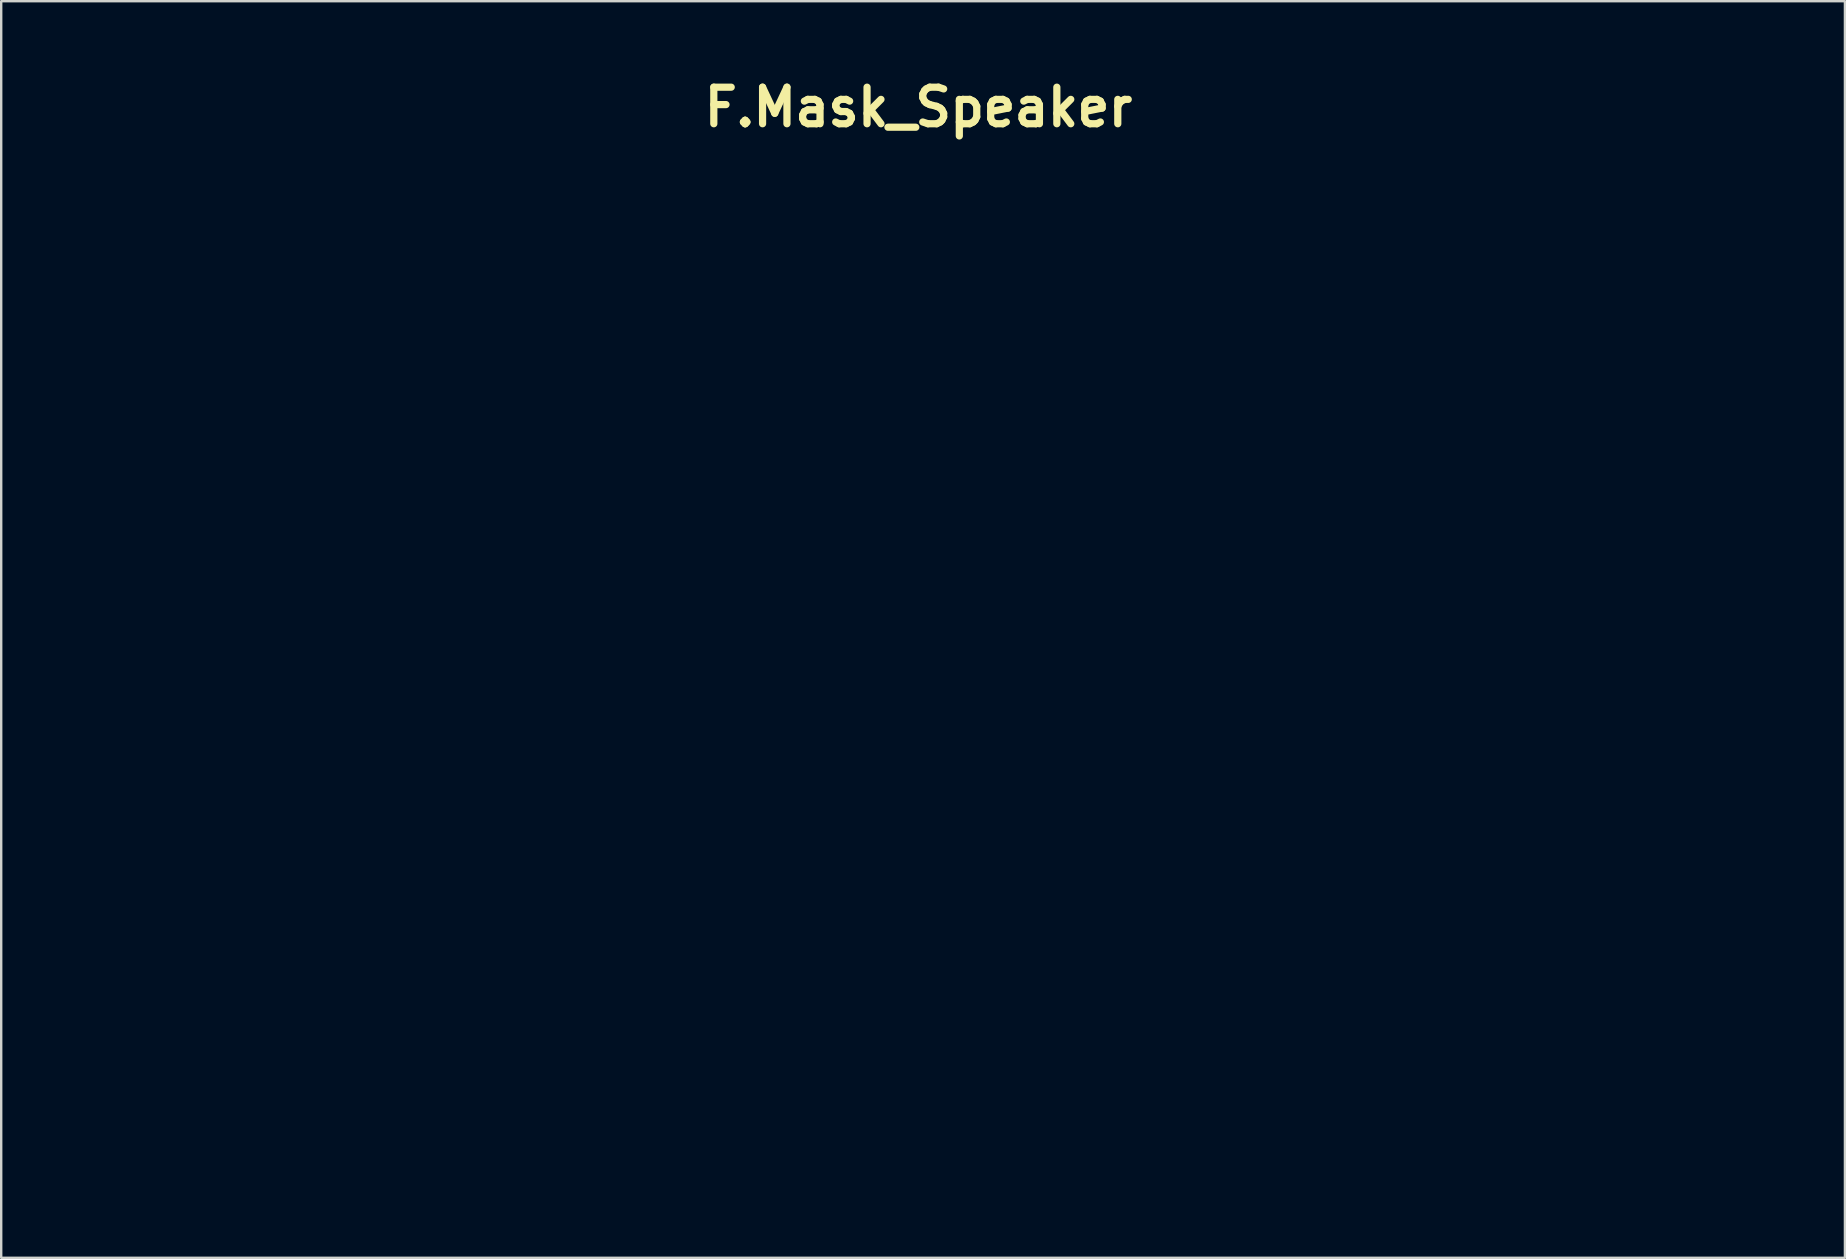
<source format=kicad_pcb>
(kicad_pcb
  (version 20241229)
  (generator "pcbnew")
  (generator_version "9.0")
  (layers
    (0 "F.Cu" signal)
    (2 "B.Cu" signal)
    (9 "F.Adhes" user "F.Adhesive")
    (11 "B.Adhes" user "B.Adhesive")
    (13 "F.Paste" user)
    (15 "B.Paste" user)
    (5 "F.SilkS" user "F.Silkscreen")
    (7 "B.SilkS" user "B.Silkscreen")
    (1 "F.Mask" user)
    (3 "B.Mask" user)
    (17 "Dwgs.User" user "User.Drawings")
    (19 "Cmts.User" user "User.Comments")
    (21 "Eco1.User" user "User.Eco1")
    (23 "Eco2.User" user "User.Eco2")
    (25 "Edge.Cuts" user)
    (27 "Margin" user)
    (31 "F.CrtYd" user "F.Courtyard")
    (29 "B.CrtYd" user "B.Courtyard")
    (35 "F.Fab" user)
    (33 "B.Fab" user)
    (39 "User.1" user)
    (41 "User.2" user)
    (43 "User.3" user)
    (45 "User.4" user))
  (footprint "F.Mask_Speaker"
    (layer "F.Cu")
    (at 35.227 1.418)
    (property "Reference" "F.Mask_Speaker" (at 0 0 0) (layer "F.SilkS") (effects (font (size 1.524 1.524) (thickness 0.3))))
    (attr through_hole)
    (fp_poly (pts (xy -4.93 38.619) (xy -4.634 38.65) (xy -4.37 38.704) (xy -4.138 38.78) (xy -3.934 38.879) (xy -3.763 38.998) (xy -3.634 39.126) (xy -3.52 39.284) (xy -3.426 39.461) (xy -3.358 39.647) (xy -3.321 39.83) (xy -3.315 39.911) (xy -3.316 39.991) (xy -3.325 40.055) (xy -3.345 40.118) (xy -3.381 40.198) (xy -3.393 40.223) (xy -3.465 40.345) (xy -3.56 40.471) (xy -3.67 40.593) (xy -3.784 40.7) (xy -3.893 40.782) (xy -3.931 40.804) (xy -4.088 40.867) (xy -4.269 40.902) (xy -4.463 40.912) (xy -4.659 40.894) (xy -4.85 40.851) (xy -5.01 40.787) (xy -5.14 40.705) (xy -5.232 40.606) (xy -5.285 40.49) (xy -5.3 40.358) (xy -5.296 40.318) (xy -5.285 40.264) (xy -5.261 40.238) (xy -5.218 40.226) (xy -5.164 40.224) (xy -5.099 40.242) (xy -5.025 40.276) (xy -4.943 40.314) (xy -4.861 40.348) (xy -4.812 40.365) (xy -4.753 40.379) (xy -4.706 40.377) (xy -4.65 40.356) (xy -4.63 40.346) (xy -4.572 40.31) (xy -4.499 40.252) (xy -4.423 40.183) (xy -4.397 40.157) (xy -4.31 40.059) (xy -4.255 39.976) (xy -4.229 39.901) (xy -4.229 39.824) (xy -4.247 39.755) (xy -4.314 39.604) (xy -4.4 39.491) (xy -4.506 39.413) (xy -4.634 39.371) (xy -4.741 39.362) (xy -4.901 39.382) (xy -5.048 39.442) (xy -5.182 39.541) (xy -5.301 39.679) (xy -5.394 39.833) (xy -5.462 39.978) (xy -5.511 40.117) (xy -5.544 40.267) (xy -5.566 40.419) (xy -5.575 40.614) (xy -5.561 40.818) (xy -5.526 41.025) (xy -5.473 41.227) (xy -5.404 41.418) (xy -5.321 41.59) (xy -5.226 41.737) (xy -5.122 41.852) (xy -5.077 41.888) (xy -4.976 41.945) (xy -4.843 41.996) (xy -4.687 42.039) (xy -4.518 42.072) (xy -4.346 42.092) (xy -4.181 42.098) (xy -4.132 42.097) (xy -4.024 42.086) (xy -3.939 42.063) (xy -3.867 42.021) (xy -3.802 41.955) (xy -3.735 41.858) (xy -3.683 41.771) (xy -3.607 41.645) (xy -3.542 41.558) (xy -3.483 41.506) (xy -3.426 41.487) (xy -3.368 41.5) (xy -3.305 41.541) (xy -3.292 41.552) (xy -3.219 41.64) (xy -3.187 41.741) (xy -3.194 41.853) (xy -3.242 41.977) (xy -3.33 42.113) (xy -3.458 42.26) (xy -3.49 42.292) (xy -3.712 42.485) (xy -3.947 42.64) (xy -4.196 42.755) (xy -4.454 42.83) (xy -4.456 42.83) (xy -4.568 42.848) (xy -4.71 42.861) (xy -4.87 42.87) (xy -5.033 42.875) (xy -5.189 42.874) (xy -5.323 42.867) (xy -5.376 42.862) (xy -5.707 42.802) (xy -6.017 42.707) (xy -6.303 42.578) (xy -6.564 42.415) (xy -6.8 42.221) (xy -7.008 41.995) (xy -7.187 41.739) (xy -7.305 41.521) (xy -7.37 41.374) (xy -7.415 41.242) (xy -7.444 41.108) (xy -7.461 40.956) (xy -7.465 40.902) (xy -7.464 40.607) (xy -7.428 40.319) (xy -7.357 40.041) (xy -7.254 39.778) (xy -7.121 39.534) (xy -6.96 39.313) (xy -6.773 39.118) (xy -6.563 38.953) (xy -6.373 38.843) (xy -6.163 38.75) (xy -5.949 38.682) (xy -5.722 38.637) (xy -5.473 38.613) (xy -5.262 38.608) (xy -4.93 38.619)) (stroke (width 0.01) (type solid)) (fill yes) (layer "F.Mask"))
    (fp_poly (pts (xy 12.106 38.62) (xy 12.408 38.655) (xy 12.677 38.713) (xy 12.913 38.796) (xy 13.117 38.903) (xy 13.29 39.035) (xy 13.434 39.193) (xy 13.549 39.378) (xy 13.636 39.589) (xy 13.647 39.624) (xy 13.688 39.783) (xy 13.704 39.918) (xy 13.694 40.039) (xy 13.656 40.159) (xy 13.591 40.288) (xy 13.587 40.294) (xy 13.521 40.39) (xy 13.435 40.495) (xy 13.337 40.598) (xy 13.237 40.692) (xy 13.141 40.768) (xy 13.061 40.817) (xy 13.058 40.819) (xy 12.899 40.873) (xy 12.718 40.904) (xy 12.526 40.911) (xy 12.337 40.893) (xy 12.292 40.884) (xy 12.11 40.833) (xy 11.96 40.763) (xy 11.843 40.677) (xy 11.763 40.576) (xy 11.72 40.463) (xy 11.716 40.338) (xy 11.718 40.324) (xy 11.731 40.268) (xy 11.754 40.24) (xy 11.799 40.226) (xy 11.8 40.226) (xy 11.855 40.224) (xy 11.92 40.242) (xy 11.993 40.276) (xy 12.109 40.331) (xy 12.197 40.364) (xy 12.267 40.376) (xy 12.326 40.37) (xy 12.37 40.354) (xy 12.445 40.308) (xy 12.533 40.239) (xy 12.621 40.157) (xy 12.697 40.074) (xy 12.725 40.039) (xy 12.772 39.951) (xy 12.785 39.859) (xy 12.764 39.755) (xy 12.715 39.642) (xy 12.632 39.518) (xy 12.53 39.43) (xy 12.415 39.375) (xy 12.29 39.354) (xy 12.16 39.366) (xy 12.03 39.409) (xy 11.904 39.484) (xy 11.786 39.589) (xy 11.681 39.723) (xy 11.613 39.841) (xy 11.532 40.031) (xy 11.479 40.215) (xy 11.45 40.409) (xy 11.444 40.587) (xy 11.447 40.756) (xy 11.462 40.902) (xy 11.489 41.043) (xy 11.533 41.197) (xy 11.552 41.254) (xy 11.632 41.46) (xy 11.724 41.636) (xy 11.825 41.778) (xy 11.934 41.885) (xy 12.038 41.948) (xy 12.25 42.021) (xy 12.491 42.07) (xy 12.732 42.094) (xy 12.843 42.099) (xy 12.921 42.099) (xy 12.977 42.095) (xy 13.019 42.086) (xy 13.059 42.069) (xy 13.073 42.062) (xy 13.147 42.016) (xy 13.212 41.953) (xy 13.276 41.866) (xy 13.344 41.746) (xy 13.348 41.739) (xy 13.421 41.619) (xy 13.493 41.537) (xy 13.564 41.493) (xy 13.602 41.487) (xy 13.649 41.501) (xy 13.707 41.537) (xy 13.73 41.557) (xy 13.777 41.605) (xy 13.802 41.652) (xy 13.814 41.715) (xy 13.817 41.748) (xy 13.812 41.862) (xy 13.774 41.977) (xy 13.702 42.097) (xy 13.611 42.21) (xy 13.406 42.41) (xy 13.181 42.575) (xy 12.936 42.704) (xy 12.668 42.798) (xy 12.378 42.856) (xy 12.065 42.88) (xy 11.728 42.869) (xy 11.631 42.86) (xy 11.37 42.816) (xy 11.102 42.74) (xy 10.839 42.638) (xy 10.596 42.513) (xy 10.475 42.438) (xy 10.283 42.287) (xy 10.099 42.102) (xy 9.93 41.893) (xy 9.785 41.669) (xy 9.737 41.581) (xy 9.663 41.423) (xy 9.611 41.282) (xy 9.577 41.139) (xy 9.558 40.98) (xy 9.552 40.882) (xy 9.556 40.561) (xy 9.599 40.256) (xy 9.679 39.968) (xy 9.796 39.698) (xy 9.949 39.448) (xy 10.138 39.22) (xy 10.169 39.188) (xy 10.364 39.015) (xy 10.574 38.874) (xy 10.803 38.765) (xy 11.053 38.685) (xy 11.329 38.634) (xy 11.634 38.611) (xy 11.769 38.608) (xy 12.106 38.62)) (stroke (width 0.01) (type solid)) (fill yes) (layer "F.Mask"))
    (fp_poly (pts (xy 22.011 27.888) (xy 22.121 27.921) (xy 22.203 27.972) (xy 22.252 28.037) (xy 22.268 28.113) (xy 22.246 28.197) (xy 22.201 28.264) (xy 22.147 28.319) (xy 22.062 28.387) (xy 21.955 28.464) (xy 21.833 28.545) (xy 21.704 28.625) (xy 21.627 28.668) (xy 21.557 28.709) (xy 21.503 28.744) (xy 21.473 28.766) (xy 21.472 28.769) (xy 21.468 28.795) (xy 21.465 28.859) (xy 21.462 28.959) (xy 21.459 29.09) (xy 21.456 29.249) (xy 21.453 29.432) (xy 21.45 29.636) (xy 21.448 29.857) (xy 21.445 30.092) (xy 21.443 30.336) (xy 21.441 30.587) (xy 21.44 30.84) (xy 21.438 31.093) (xy 21.437 31.341) (xy 21.437 31.58) (xy 21.436 31.808) (xy 21.436 32.021) (xy 21.436 32.214) (xy 21.437 32.385) (xy 21.438 32.53) (xy 21.44 32.645) (xy 21.442 32.726) (xy 21.445 32.771) (xy 21.446 32.775) (xy 21.476 32.863) (xy 21.519 32.931) (xy 21.524 32.936) (xy 21.553 32.962) (xy 21.586 32.979) (xy 21.631 32.99) (xy 21.7 32.998) (xy 21.799 33.005) (xy 21.96 33.022) (xy 22.083 33.053) (xy 22.173 33.097) (xy 22.234 33.158) (xy 22.236 33.161) (xy 22.258 33.21) (xy 22.28 33.284) (xy 22.294 33.351) (xy 22.305 33.455) (xy 22.296 33.527) (xy 22.265 33.575) (xy 22.208 33.605) (xy 22.189 33.611) (xy 22.109 33.625) (xy 22.002 33.63) (xy 21.882 33.628) (xy 21.765 33.619) (xy 21.706 33.61) (xy 21.561 33.588) (xy 21.381 33.566) (xy 21.174 33.544) (xy 20.948 33.523) (xy 20.71 33.505) (xy 20.578 33.496) (xy 20.424 33.486) (xy 20.304 33.48) (xy 20.206 33.476) (xy 20.121 33.476) (xy 20.041 33.48) (xy 19.954 33.488) (xy 19.852 33.5) (xy 19.725 33.517) (xy 19.7 33.52) (xy 19.439 33.552) (xy 19.215 33.571) (xy 19.028 33.579) (xy 18.88 33.574) (xy 18.772 33.556) (xy 18.722 33.539) (xy 18.641 33.483) (xy 18.602 33.418) (xy 18.603 33.341) (xy 18.614 33.308) (xy 18.652 33.249) (xy 18.718 33.199) (xy 18.814 33.156) (xy 18.944 33.117) (xy 19.103 33.083) (xy 19.259 33.05) (xy 19.379 33.014) (xy 19.469 32.972) (xy 19.535 32.922) (xy 19.567 32.886) (xy 19.575 32.877) (xy 19.582 32.87) (xy 19.588 32.862) (xy 19.593 32.852) (xy 19.598 32.837) (xy 19.601 32.813) (xy 19.604 32.78) (xy 19.607 32.733) (xy 19.608 32.672) (xy 19.609 32.593) (xy 19.609 32.493) (xy 19.609 32.371) (xy 19.608 32.223) (xy 19.607 32.048) (xy 19.605 31.843) (xy 19.603 31.604) (xy 19.6 31.331) (xy 19.597 31.02) (xy 19.594 30.723) (xy 19.591 30.438) (xy 19.588 30.166) (xy 19.584 29.911) (xy 19.58 29.677) (xy 19.576 29.466) (xy 19.572 29.281) (xy 19.568 29.126) (xy 19.563 29.003) (xy 19.559 28.917) (xy 19.556 28.869) (xy 19.555 28.868) (xy 19.519 28.727) (xy 19.46 28.613) (xy 19.381 28.53) (xy 19.333 28.501) (xy 19.277 28.482) (xy 19.191 28.463) (xy 19.088 28.445) (xy 19.013 28.435) (xy 18.868 28.414) (xy 18.76 28.39) (xy 18.684 28.359) (xy 18.634 28.318) (xy 18.604 28.265) (xy 18.593 28.225) (xy 18.593 28.145) (xy 18.626 28.074) (xy 18.696 28.011) (xy 18.787 27.959) (xy 18.856 27.927) (xy 18.915 27.906) (xy 18.979 27.893) (xy 19.061 27.886) (xy 19.152 27.882) (xy 19.229 27.88) (xy 19.307 27.881) (xy 19.394 27.887) (xy 19.495 27.896) (xy 19.618 27.911) (xy 19.768 27.931) (xy 19.953 27.957) (xy 19.992 27.963) (xy 20.221 27.996) (xy 20.414 28.021) (xy 20.578 28.039) (xy 20.719 28.05) (xy 20.843 28.054) (xy 20.956 28.05) (xy 21.065 28.039) (xy 21.175 28.021) (xy 21.293 27.996) (xy 21.419 27.965) (xy 21.543 27.935) (xy 21.662 27.909) (xy 21.765 27.89) (xy 21.843 27.879) (xy 21.874 27.877) (xy 22.011 27.888)) (stroke (width 0.01) (type solid)) (fill yes) (layer "F.Mask"))
    (fp_poly (pts (xy -0.272 38.581) (xy 0.013 38.595) (xy 0.275 38.631) (xy 0.512 38.688) (xy 0.718 38.765) (xy 0.892 38.86) (xy 0.993 38.938) (xy 1.092 39.049) (xy 1.192 39.198) (xy 1.291 39.382) (xy 1.387 39.6) (xy 1.479 39.846) (xy 1.567 40.118) (xy 1.649 40.413) (xy 1.724 40.727) (xy 1.791 41.057) (xy 1.834 41.308) (xy 1.913 41.801) (xy 1.976 41.769) (xy 2.017 41.74) (xy 2.078 41.688) (xy 2.148 41.623) (xy 2.191 41.58) (xy 2.278 41.496) (xy 2.347 41.444) (xy 2.402 41.423) (xy 2.45 41.43) (xy 2.495 41.463) (xy 2.498 41.465) (xy 2.535 41.532) (xy 2.541 41.626) (xy 2.517 41.745) (xy 2.462 41.887) (xy 2.458 41.896) (xy 2.388 42.03) (xy 2.311 42.141) (xy 2.214 42.241) (xy 2.089 42.343) (xy 2.078 42.352) (xy 1.899 42.474) (xy 1.724 42.572) (xy 1.56 42.644) (xy 1.414 42.686) (xy 1.388 42.69) (xy 1.261 42.704) (xy 1.116 42.712) (xy 0.966 42.714) (xy 0.822 42.71) (xy 0.694 42.7) (xy 0.595 42.685) (xy 0.581 42.682) (xy 0.47 42.65) (xy 0.379 42.616) (xy 0.301 42.573) (xy 0.226 42.517) (xy 0.148 42.441) (xy 0.059 42.339) (xy -0.004 42.263) (xy -0.053 42.204) (xy -0.318 42.364) (xy -0.576 42.508) (xy -0.824 42.617) (xy -1.069 42.694) (xy -1.322 42.744) (xy -1.43 42.756) (xy -1.534 42.766) (xy -1.609 42.772) (xy -1.669 42.773) (xy -1.728 42.77) (xy -1.798 42.764) (xy -1.863 42.756) (xy -2.106 42.709) (xy -2.326 42.626) (xy -2.522 42.508) (xy -2.693 42.357) (xy -2.838 42.172) (xy -2.927 42.016) (xy -3.014 41.822) (xy -3.071 41.642) (xy -3.101 41.463) (xy -3.108 41.272) (xy -3.106 41.223) (xy -3.097 41.127) (xy -1.132 41.127) (xy -1.12 41.33) (xy -1.082 41.502) (xy -1.017 41.644) (xy -0.924 41.759) (xy -0.846 41.822) (xy -0.807 41.845) (xy -0.769 41.859) (xy -0.72 41.866) (xy -0.647 41.866) (xy -0.571 41.864) (xy -0.456 41.856) (xy -0.372 41.843) (xy -0.307 41.822) (xy -0.286 41.812) (xy -0.222 41.769) (xy -0.186 41.713) (xy -0.176 41.686) (xy -0.164 41.619) (xy -0.155 41.522) (xy -0.151 41.406) (xy -0.151 41.284) (xy -0.155 41.167) (xy -0.163 41.067) (xy -0.171 41.017) (xy -0.221 40.864) (xy -0.298 40.742) (xy -0.402 40.653) (xy -0.528 40.599) (xy -0.676 40.58) (xy -0.768 40.586) (xy -0.893 40.616) (xy -0.988 40.675) (xy -1.061 40.766) (xy -1.079 40.799) (xy -1.104 40.854) (xy -1.119 40.906) (xy -1.128 40.97) (xy -1.131 41.056) (xy -1.132 41.127) (xy -3.097 41.127) (xy -3.084 40.997) (xy -3.034 40.794) (xy -2.955 40.606) (xy -2.843 40.425) (xy -2.694 40.246) (xy -2.625 40.174) (xy -2.454 40.019) (xy -2.287 39.903) (xy -2.115 39.822) (xy -1.931 39.773) (xy -1.73 39.753) (xy -1.672 39.752) (xy -1.556 39.756) (xy -1.437 39.769) (xy -1.308 39.793) (xy -1.162 39.829) (xy -0.99 39.878) (xy -0.828 39.929) (xy -0.71 39.967) (xy -0.605 39.999) (xy -0.52 40.025) (xy -0.463 40.042) (xy -0.439 40.047) (xy -0.427 40.029) (xy -0.429 39.981) (xy -0.443 39.912) (xy -0.469 39.831) (xy -0.503 39.746) (xy -0.506 39.739) (xy -0.59 39.597) (xy -0.694 39.487) (xy -0.813 39.412) (xy -0.944 39.374) (xy -1.001 39.37) (xy -1.071 39.373) (xy -1.144 39.384) (xy -1.229 39.403) (xy -1.334 39.435) (xy -1.465 39.479) (xy -1.554 39.511) (xy -1.654 39.546) (xy -1.742 39.575) (xy -1.808 39.595) (xy -1.845 39.603) (xy -1.846 39.603) (xy -1.903 39.583) (xy -1.95 39.532) (xy -1.986 39.46) (xy -2.005 39.376) (xy -2.003 39.292) (xy -1.989 39.242) (xy -1.946 39.174) (xy -1.871 39.098) (xy -1.775 39.021) (xy -1.666 38.95) (xy -1.597 38.914) (xy -1.488 38.866) (xy -1.35 38.814) (xy -1.195 38.759) (xy -1.033 38.707) (xy -0.878 38.661) (xy -0.74 38.626) (xy -0.699 38.616) (xy -0.506 38.589) (xy -0.281 38.581) (xy -0.272 38.581)) (stroke (width 0.01) (type solid)) (fill yes) (layer "F.Mask"))
    (fp_poly (pts (xy 17.965 38.435) (xy 18.142 38.482) (xy 18.304 38.561) (xy 18.442 38.666) (xy 18.551 38.793) (xy 18.602 38.883) (xy 18.643 39.01) (xy 18.658 39.157) (xy 18.648 39.308) (xy 18.619 39.428) (xy 18.566 39.534) (xy 18.485 39.643) (xy 18.387 39.74) (xy 18.3 39.802) (xy 18.2 39.842) (xy 18.063 39.867) (xy 17.891 39.875) (xy 17.681 39.866) (xy 17.572 39.857) (xy 17.464 39.848) (xy 17.367 39.843) (xy 17.291 39.841) (xy 17.245 39.843) (xy 17.243 39.844) (xy 17.209 39.863) (xy 17.152 39.907) (xy 17.08 39.968) (xy 17 40.043) (xy 16.979 40.063) (xy 16.861 40.185) (xy 16.772 40.294) (xy 16.703 40.403) (xy 16.648 40.522) (xy 16.599 40.665) (xy 16.59 40.697) (xy 16.575 40.752) (xy 16.563 40.804) (xy 16.555 40.859) (xy 16.549 40.925) (xy 16.545 41.008) (xy 16.543 41.115) (xy 16.542 41.252) (xy 16.542 41.392) (xy 16.542 41.56) (xy 16.543 41.69) (xy 16.546 41.788) (xy 16.549 41.86) (xy 16.555 41.911) (xy 16.563 41.946) (xy 16.573 41.97) (xy 16.577 41.976) (xy 16.598 42) (xy 16.634 42.022) (xy 16.69 42.047) (xy 16.773 42.076) (xy 16.89 42.112) (xy 16.915 42.12) (xy 17.099 42.178) (xy 17.244 42.232) (xy 17.353 42.285) (xy 17.43 42.338) (xy 17.479 42.394) (xy 17.502 42.454) (xy 17.505 42.49) (xy 17.485 42.585) (xy 17.428 42.67) (xy 17.34 42.741) (xy 17.226 42.796) (xy 17.089 42.835) (xy 16.936 42.854) (xy 16.77 42.852) (xy 16.659 42.838) (xy 16.601 42.828) (xy 16.511 42.809) (xy 16.398 42.785) (xy 16.271 42.757) (xy 16.151 42.73) (xy 16.006 42.697) (xy 15.892 42.674) (xy 15.799 42.658) (xy 15.717 42.648) (xy 15.635 42.643) (xy 15.546 42.642) (xy 15.505 42.642) (xy 15.384 42.645) (xy 15.258 42.652) (xy 15.145 42.662) (xy 15.081 42.669) (xy 15 42.682) (xy 14.888 42.699) (xy 14.76 42.719) (xy 14.626 42.74) (xy 14.567 42.749) (xy 14.389 42.774) (xy 14.248 42.785) (xy 14.138 42.782) (xy 14.056 42.763) (xy 13.997 42.726) (xy 13.957 42.67) (xy 13.931 42.593) (xy 13.918 42.519) (xy 13.913 42.444) (xy 13.922 42.398) (xy 13.934 42.382) (xy 13.967 42.363) (xy 14.03 42.339) (xy 14.112 42.313) (xy 14.158 42.3) (xy 14.312 42.256) (xy 14.43 42.213) (xy 14.518 42.166) (xy 14.583 42.109) (xy 14.629 42.039) (xy 14.663 41.949) (xy 14.688 41.846) (xy 14.714 41.694) (xy 14.736 41.507) (xy 14.753 41.29) (xy 14.765 41.052) (xy 14.772 40.797) (xy 14.774 40.534) (xy 14.771 40.268) (xy 14.761 40.006) (xy 14.754 39.876) (xy 14.745 39.731) (xy 14.734 39.62) (xy 14.719 39.539) (xy 14.693 39.48) (xy 14.655 39.436) (xy 14.599 39.4) (xy 14.521 39.367) (xy 14.423 39.33) (xy 14.27 39.272) (xy 14.152 39.223) (xy 14.062 39.18) (xy 13.995 39.14) (xy 13.943 39.1) (xy 13.92 39.077) (xy 13.871 38.999) (xy 13.858 38.914) (xy 13.877 38.828) (xy 13.925 38.75) (xy 13.997 38.687) (xy 14.089 38.646) (xy 14.142 38.636) (xy 14.205 38.636) (xy 14.301 38.647) (xy 14.425 38.666) (xy 14.563 38.691) (xy 14.833 38.738) (xy 15.08 38.766) (xy 15.299 38.774) (xy 15.487 38.763) (xy 15.588 38.747) (xy 15.687 38.722) (xy 15.789 38.694) (xy 15.872 38.667) (xy 15.872 38.667) (xy 16.017 38.62) (xy 16.137 38.594) (xy 16.24 38.587) (xy 16.339 38.597) (xy 16.347 38.599) (xy 16.425 38.618) (xy 16.484 38.643) (xy 16.525 38.678) (xy 16.551 38.73) (xy 16.565 38.804) (xy 16.567 38.906) (xy 16.561 39.041) (xy 16.554 39.138) (xy 16.547 39.246) (xy 16.542 39.339) (xy 16.539 39.408) (xy 16.54 39.445) (xy 16.541 39.45) (xy 16.551 39.445) (xy 16.572 39.419) (xy 16.607 39.367) (xy 16.656 39.287) (xy 16.722 39.176) (xy 16.788 39.064) (xy 16.912 38.872) (xy 17.041 38.714) (xy 17.172 38.593) (xy 17.295 38.515) (xy 17.414 38.472) (xy 17.558 38.442) (xy 17.714 38.425) (xy 17.866 38.424) (xy 17.965 38.435)) (stroke (width 0.01) (type solid)) (fill yes) (layer "F.Mask"))
    (fp_poly (pts (xy 27.151 27.801) (xy 27.224 27.835) (xy 27.271 27.875) (xy 27.337 27.941) (xy 27.35 28.39) (xy 27.355 28.545) (xy 27.36 28.667) (xy 27.365 28.762) (xy 27.374 28.84) (xy 27.385 28.909) (xy 27.402 28.977) (xy 27.425 29.052) (xy 27.455 29.142) (xy 27.474 29.199) (xy 27.528 29.363) (xy 27.566 29.492) (xy 27.587 29.592) (xy 27.591 29.669) (xy 27.58 29.726) (xy 27.552 29.77) (xy 27.507 29.805) (xy 27.476 29.823) (xy 27.376 29.86) (xy 27.29 29.859) (xy 27.212 29.82) (xy 27.2 29.811) (xy 27.148 29.75) (xy 27.089 29.653) (xy 27.028 29.527) (xy 26.966 29.377) (xy 26.907 29.208) (xy 26.891 29.157) (xy 26.842 29.006) (xy 26.795 28.888) (xy 26.748 28.796) (xy 26.695 28.721) (xy 26.633 28.657) (xy 26.628 28.652) (xy 26.534 28.585) (xy 26.442 28.559) (xy 26.346 28.574) (xy 26.29 28.598) (xy 26.227 28.639) (xy 26.179 28.692) (xy 26.133 28.77) (xy 26.131 28.775) (xy 26.067 28.9) (xy 26.059 29.558) (xy 26.058 29.701) (xy 26.058 29.881) (xy 26.058 30.091) (xy 26.058 30.324) (xy 26.059 30.575) (xy 26.061 30.836) (xy 26.063 31.103) (xy 26.065 31.368) (xy 26.067 31.572) (xy 26.082 32.928) (xy 26.487 33.052) (xy 26.613 33.091) (xy 26.727 33.128) (xy 26.821 33.161) (xy 26.89 33.187) (xy 26.925 33.203) (xy 26.927 33.205) (xy 26.965 33.263) (xy 26.975 33.339) (xy 26.958 33.422) (xy 26.916 33.501) (xy 26.886 33.534) (xy 26.806 33.585) (xy 26.714 33.612) (xy 26.652 33.623) (xy 26.601 33.629) (xy 26.55 33.629) (xy 26.484 33.624) (xy 26.391 33.614) (xy 26.374 33.612) (xy 26.094 33.578) (xy 25.851 33.55) (xy 25.642 33.526) (xy 25.462 33.507) (xy 25.306 33.493) (xy 25.171 33.482) (xy 25.051 33.476) (xy 24.943 33.474) (xy 24.842 33.475) (xy 24.744 33.479) (xy 24.645 33.487) (xy 24.539 33.498) (xy 24.424 33.511) (xy 24.375 33.517) (xy 24.2 33.538) (xy 24.055 33.553) (xy 23.93 33.563) (xy 23.812 33.568) (xy 23.691 33.568) (xy 23.56 33.566) (xy 23.424 33.562) (xy 23.322 33.557) (xy 23.246 33.55) (xy 23.189 33.54) (xy 23.143 33.526) (xy 23.11 33.513) (xy 23.047 33.479) (xy 23.011 33.443) (xy 22.989 33.39) (xy 22.989 33.387) (xy 22.971 33.311) (xy 22.969 33.259) (xy 22.984 33.216) (xy 22.998 33.196) (xy 23.043 33.156) (xy 23.121 33.122) (xy 23.236 33.091) (xy 23.389 33.064) (xy 23.471 33.052) (xy 23.613 33.032) (xy 23.72 33.013) (xy 23.802 32.994) (xy 23.866 32.972) (xy 23.92 32.945) (xy 23.931 32.938) (xy 23.996 32.898) (xy 24.01 32.625) (xy 24.013 32.555) (xy 24.015 32.447) (xy 24.017 32.306) (xy 24.019 32.136) (xy 24.021 31.943) (xy 24.022 31.73) (xy 24.023 31.503) (xy 24.024 31.266) (xy 24.024 31.032) (xy 24.023 30.618) (xy 24.02 30.246) (xy 24.015 29.915) (xy 24.007 29.624) (xy 23.998 29.373) (xy 23.986 29.162) (xy 23.972 28.99) (xy 23.956 28.857) (xy 23.937 28.761) (xy 23.936 28.757) (xy 23.894 28.664) (xy 23.827 28.594) (xy 23.743 28.55) (xy 23.652 28.538) (xy 23.563 28.562) (xy 23.562 28.562) (xy 23.505 28.609) (xy 23.437 28.693) (xy 23.361 28.811) (xy 23.28 28.959) (xy 23.194 29.134) (xy 23.181 29.163) (xy 23.104 29.329) (xy 23.037 29.46) (xy 22.976 29.562) (xy 22.919 29.642) (xy 22.861 29.704) (xy 22.845 29.719) (xy 22.793 29.76) (xy 22.75 29.776) (xy 22.693 29.775) (xy 22.672 29.772) (xy 22.575 29.75) (xy 22.508 29.714) (xy 22.472 29.661) (xy 22.465 29.587) (xy 22.485 29.488) (xy 22.534 29.36) (xy 22.561 29.3) (xy 22.607 29.198) (xy 22.638 29.121) (xy 22.657 29.054) (xy 22.669 28.985) (xy 22.676 28.899) (xy 22.678 28.861) (xy 22.694 28.656) (xy 22.717 28.485) (xy 22.748 28.34) (xy 22.789 28.212) (xy 22.843 28.093) (xy 22.843 28.092) (xy 22.9 27.986) (xy 22.947 27.913) (xy 22.992 27.866) (xy 23.042 27.839) (xy 23.106 27.828) (xy 23.192 27.825) (xy 23.194 27.825) (xy 23.282 27.826) (xy 23.343 27.833) (xy 23.394 27.851) (xy 23.45 27.883) (xy 23.465 27.892) (xy 23.573 27.961) (xy 26.667 27.961) (xy 26.843 27.875) (xy 26.968 27.822) (xy 27.068 27.797) (xy 27.151 27.801)) (stroke (width 0.01) (type solid)) (fill yes) (layer "F.Mask"))
    (fp_poly (pts (xy -9.107 38.563) (xy -8.953 38.587) (xy -8.86 38.608) (xy -8.624 38.689) (xy -8.408 38.808) (xy -8.212 38.962) (xy -8.038 39.152) (xy -7.887 39.376) (xy -7.759 39.633) (xy -7.684 39.831) (xy -7.63 40.034) (xy -7.606 40.239) (xy -7.61 40.459) (xy -7.619 40.553) (xy -7.674 40.874) (xy -7.762 41.167) (xy -7.882 41.435) (xy -8.035 41.675) (xy -8.13 41.793) (xy -8.232 41.901) (xy -8.335 41.995) (xy -8.452 42.082) (xy -8.592 42.171) (xy -8.686 42.225) (xy -8.817 42.298) (xy -8.923 42.351) (xy -9.015 42.387) (xy -9.105 42.41) (xy -9.203 42.422) (xy -9.319 42.426) (xy -9.43 42.427) (xy -9.554 42.425) (xy -9.649 42.421) (xy -9.727 42.412) (xy -9.8 42.398) (xy -9.882 42.376) (xy -9.943 42.358) (xy -10.048 42.324) (xy -10.153 42.287) (xy -10.242 42.253) (xy -10.279 42.238) (xy -10.343 42.21) (xy -10.391 42.191) (xy -10.409 42.185) (xy -10.411 42.206) (xy -10.413 42.265) (xy -10.413 42.359) (xy -10.413 42.484) (xy -10.413 42.636) (xy -10.412 42.811) (xy -10.41 43.007) (xy -10.408 43.218) (xy -10.406 43.381) (xy -10.392 44.576) (xy -10.465 44.656) (xy -10.503 44.696) (xy -10.535 44.719) (xy -10.573 44.731) (xy -10.631 44.734) (xy -10.703 44.733) (xy -10.8 44.729) (xy -10.918 44.719) (xy -11.039 44.706) (xy -11.093 44.699) (xy -11.18 44.688) (xy -11.257 44.681) (xy -11.333 44.68) (xy -11.412 44.686) (xy -11.501 44.699) (xy -11.608 44.721) (xy -11.737 44.752) (xy -11.897 44.793) (xy -12.031 44.829) (xy -12.221 44.878) (xy -12.375 44.914) (xy -12.498 44.937) (xy -12.596 44.949) (xy -12.672 44.949) (xy -12.731 44.938) (xy -12.757 44.928) (xy -12.816 44.888) (xy -12.874 44.827) (xy -12.921 44.758) (xy -12.947 44.694) (xy -12.95 44.664) (xy -12.941 44.638) (xy -12.918 44.612) (xy -12.875 44.582) (xy -12.804 44.543) (xy -12.705 44.492) (xy -12.562 44.417) (xy -12.453 44.347) (xy -12.373 44.278) (xy -12.316 44.2) (xy -12.275 44.107) (xy -12.246 43.992) (xy -12.232 43.91) (xy -12.229 43.87) (xy -12.226 43.791) (xy -12.223 43.678) (xy -12.219 43.533) (xy -12.216 43.361) (xy -12.213 43.164) (xy -12.21 42.947) (xy -12.208 42.712) (xy -12.205 42.464) (xy -12.202 42.205) (xy -12.2 41.939) (xy -12.198 41.669) (xy -12.196 41.4) (xy -12.195 41.133) (xy -12.194 40.874) (xy -12.193 40.626) (xy -12.193 40.612) (xy -10.463 40.612) (xy -10.461 40.843) (xy -10.444 41.077) (xy -10.411 41.304) (xy -10.363 41.517) (xy -10.358 41.534) (xy -10.336 41.602) (xy -10.316 41.64) (xy -10.288 41.659) (xy -10.247 41.668) (xy -10.19 41.678) (xy -10.152 41.687) (xy -10.149 41.688) (xy -10.08 41.698) (xy -9.991 41.694) (xy -9.899 41.679) (xy -9.829 41.655) (xy -9.713 41.575) (xy -9.614 41.458) (xy -9.533 41.307) (xy -9.471 41.121) (xy -9.428 40.904) (xy -9.405 40.658) (xy -9.404 40.64) (xy -9.404 40.393) (xy -9.426 40.179) (xy -9.472 39.994) (xy -9.541 39.835) (xy -9.636 39.698) (xy -9.703 39.627) (xy -9.771 39.567) (xy -9.823 39.533) (xy -9.868 39.52) (xy -9.889 39.519) (xy -10.002 39.54) (xy -10.112 39.6) (xy -10.213 39.695) (xy -10.3 39.821) (xy -10.317 39.854) (xy -10.376 40.003) (xy -10.42 40.184) (xy -10.449 40.389) (xy -10.463 40.612) (xy -12.193 40.612) (xy -12.192 40.391) (xy -12.192 40.173) (xy -12.192 39.976) (xy -12.193 39.804) (xy -12.194 39.659) (xy -12.196 39.546) (xy -12.198 39.467) (xy -12.2 39.426) (xy -12.201 39.423) (xy -12.234 39.369) (xy -12.306 39.312) (xy -12.413 39.253) (xy -12.553 39.193) (xy -12.586 39.181) (xy -12.751 39.117) (xy -12.878 39.057) (xy -12.966 39.002) (xy -13.015 38.955) (xy -13.051 38.898) (xy -13.055 38.845) (xy -13.03 38.782) (xy -13.017 38.76) (xy -12.972 38.705) (xy -12.911 38.665) (xy -12.83 38.641) (xy -12.725 38.632) (xy -12.593 38.637) (xy -12.43 38.657) (xy -12.232 38.692) (xy -12.171 38.704) (xy -12.047 38.728) (xy -11.934 38.748) (xy -11.841 38.764) (xy -11.774 38.774) (xy -11.744 38.777) (xy -11.706 38.773) (xy -11.634 38.759) (xy -11.537 38.74) (xy -11.424 38.715) (xy -11.332 38.694) (xy -11.202 38.664) (xy -11.077 38.638) (xy -10.964 38.616) (xy -10.876 38.601) (xy -10.837 38.596) (xy -10.712 38.594) (xy -10.615 38.618) (xy -10.543 38.671) (xy -10.492 38.756) (xy -10.458 38.877) (xy -10.446 38.963) (xy -10.436 39.031) (xy -10.427 39.079) (xy -10.42 39.095) (xy -10.399 39.082) (xy -10.354 39.049) (xy -10.293 39.002) (xy -10.268 38.982) (xy -10.055 38.824) (xy -9.856 38.702) (xy -9.667 38.615) (xy -9.506 38.565) (xy -9.397 38.551) (xy -9.26 38.55) (xy -9.107 38.563)) (stroke (width 0.01) (type solid)) (fill yes) (layer "F.Mask"))
    (fp_poly (pts (xy 15.982 27.856) (xy 16.119 27.856) (xy 16.235 27.859) (xy 16.338 27.865) (xy 16.433 27.876) (xy 16.528 27.891) (xy 16.629 27.913) (xy 16.741 27.943) (xy 16.872 27.981) (xy 17.028 28.029) (xy 17.215 28.088) (xy 17.307 28.118) (xy 17.341 28.119) (xy 17.383 28.099) (xy 17.442 28.054) (xy 17.461 28.037) (xy 17.563 27.953) (xy 17.651 27.901) (xy 17.734 27.874) (xy 17.794 27.868) (xy 17.874 27.878) (xy 17.947 27.915) (xy 18.022 27.984) (xy 18.07 28.043) (xy 18.111 28.103) (xy 18.138 28.161) (xy 18.152 28.226) (xy 18.152 28.305) (xy 18.139 28.407) (xy 18.115 28.54) (xy 18.108 28.573) (xy 18.091 28.664) (xy 18.077 28.747) (xy 18.065 28.831) (xy 18.056 28.921) (xy 18.049 29.026) (xy 18.043 29.153) (xy 18.037 29.308) (xy 18.032 29.475) (xy 18.027 29.635) (xy 18.022 29.785) (xy 18.016 29.918) (xy 18.011 30.027) (xy 18.006 30.108) (xy 18.002 30.154) (xy 18.002 30.158) (xy 17.966 30.247) (xy 17.899 30.323) (xy 17.811 30.379) (xy 17.713 30.408) (xy 17.625 30.405) (xy 17.508 30.364) (xy 17.407 30.301) (xy 17.33 30.221) (xy 17.285 30.131) (xy 17.283 30.121) (xy 17.28 30.079) (xy 17.292 30.024) (xy 17.32 29.949) (xy 17.355 29.87) (xy 17.397 29.774) (xy 17.423 29.701) (xy 17.436 29.636) (xy 17.441 29.564) (xy 17.441 29.535) (xy 17.422 29.33) (xy 17.365 29.122) (xy 17.325 29.024) (xy 17.265 28.923) (xy 17.179 28.816) (xy 17.079 28.716) (xy 16.977 28.636) (xy 16.935 28.61) (xy 16.796 28.55) (xy 16.631 28.504) (xy 16.457 28.476) (xy 16.326 28.469) (xy 16.169 28.48) (xy 16.023 28.513) (xy 15.882 28.573) (xy 15.739 28.662) (xy 15.588 28.783) (xy 15.471 28.892) (xy 15.374 28.992) (xy 15.293 29.088) (xy 15.225 29.186) (xy 15.167 29.293) (xy 15.117 29.415) (xy 15.071 29.558) (xy 15.027 29.728) (xy 14.982 29.931) (xy 14.961 30.035) (xy 14.948 30.103) (xy 14.937 30.166) (xy 14.929 30.229) (xy 14.923 30.298) (xy 14.918 30.379) (xy 14.915 30.478) (xy 14.913 30.6) (xy 14.912 30.75) (xy 14.912 30.934) (xy 14.912 31.03) (xy 14.912 31.251) (xy 14.914 31.435) (xy 14.917 31.586) (xy 14.923 31.712) (xy 14.932 31.816) (xy 14.945 31.904) (xy 14.962 31.982) (xy 14.985 32.054) (xy 15.014 32.127) (xy 15.05 32.204) (xy 15.076 32.258) (xy 15.121 32.345) (xy 15.169 32.419) (xy 15.228 32.493) (xy 15.305 32.577) (xy 15.366 32.639) (xy 15.533 32.792) (xy 15.695 32.911) (xy 15.862 33.002) (xy 16.044 33.07) (xy 16.233 33.116) (xy 16.421 33.141) (xy 16.616 33.141) (xy 16.802 33.119) (xy 16.933 33.085) (xy 17.116 33.015) (xy 17.278 32.938) (xy 17.415 32.856) (xy 17.525 32.771) (xy 17.603 32.687) (xy 17.646 32.606) (xy 17.653 32.561) (xy 17.637 32.529) (xy 17.598 32.48) (xy 17.542 32.425) (xy 17.538 32.422) (xy 17.442 32.32) (xy 17.37 32.209) (xy 17.325 32.094) (xy 17.31 31.985) (xy 17.327 31.888) (xy 17.348 31.845) (xy 17.397 31.792) (xy 17.474 31.732) (xy 17.566 31.673) (xy 17.661 31.623) (xy 17.743 31.592) (xy 17.878 31.573) (xy 18.015 31.595) (xy 18.15 31.656) (xy 18.28 31.756) (xy 18.338 31.815) (xy 18.425 31.937) (xy 18.474 32.067) (xy 18.486 32.209) (xy 18.46 32.366) (xy 18.396 32.539) (xy 18.373 32.589) (xy 18.272 32.751) (xy 18.134 32.909) (xy 17.963 33.06) (xy 17.764 33.2) (xy 17.542 33.327) (xy 17.302 33.438) (xy 17.049 33.531) (xy 16.788 33.602) (xy 16.522 33.65) (xy 16.499 33.653) (xy 16.3 33.669) (xy 16.081 33.672) (xy 15.862 33.663) (xy 15.748 33.653) (xy 15.476 33.611) (xy 15.188 33.548) (xy 14.899 33.468) (xy 14.622 33.374) (xy 14.371 33.27) (xy 14.332 33.252) (xy 14.02 33.083) (xy 13.744 32.893) (xy 13.504 32.68) (xy 13.299 32.445) (xy 13.13 32.186) (xy 12.996 31.905) (xy 12.897 31.599) (xy 12.833 31.27) (xy 12.824 31.204) (xy 12.816 31.104) (xy 12.811 30.976) (xy 12.81 30.828) (xy 12.811 30.669) (xy 12.814 30.509) (xy 12.821 30.358) (xy 12.829 30.224) (xy 12.84 30.117) (xy 12.847 30.067) (xy 12.88 29.924) (xy 12.925 29.769) (xy 12.976 29.615) (xy 13.029 29.475) (xy 13.078 29.369) (xy 13.206 29.157) (xy 13.369 28.943) (xy 13.558 28.734) (xy 13.766 28.537) (xy 13.987 28.359) (xy 14.213 28.208) (xy 14.362 28.125) (xy 14.469 28.075) (xy 14.591 28.024) (xy 14.703 27.981) (xy 14.711 27.979) (xy 14.819 27.944) (xy 14.922 27.916) (xy 15.026 27.894) (xy 15.137 27.879) (xy 15.262 27.867) (xy 15.409 27.86) (xy 15.583 27.857) (xy 15.793 27.855) (xy 15.82 27.855) (xy 15.982 27.856)) (stroke (width 0.01) (type solid)) (fill yes) (layer "F.Mask"))
    (fp_poly (pts (xy -7.477 27.823) (xy -7.281 27.841) (xy -7.107 27.869) (xy -6.963 27.906) (xy -6.956 27.908) (xy -6.869 27.944) (xy -6.765 27.994) (xy -6.663 28.049) (xy -6.636 28.066) (xy -6.555 28.112) (xy -6.483 28.149) (xy -6.431 28.17) (xy -6.414 28.173) (xy -6.373 28.157) (xy -6.311 28.113) (xy -6.234 28.045) (xy -6.226 28.038) (xy -6.143 27.96) (xy -6.082 27.909) (xy -6.034 27.88) (xy -5.991 27.869) (xy -5.945 27.872) (xy -5.909 27.881) (xy -5.817 27.92) (xy -5.76 27.982) (xy -5.74 28.067) (xy -5.755 28.173) (xy -5.792 28.273) (xy -5.81 28.312) (xy -5.823 28.348) (xy -5.833 28.388) (xy -5.841 28.438) (xy -5.847 28.502) (xy -5.852 28.589) (xy -5.856 28.703) (xy -5.86 28.85) (xy -5.862 28.935) (xy -5.868 29.118) (xy -5.873 29.263) (xy -5.881 29.377) (xy -5.891 29.464) (xy -5.904 29.53) (xy -5.921 29.579) (xy -5.944 29.617) (xy -5.973 29.65) (xy -5.987 29.663) (xy -6.038 29.691) (xy -6.11 29.71) (xy -6.133 29.713) (xy -6.198 29.715) (xy -6.246 29.704) (xy -6.28 29.674) (xy -6.303 29.621) (xy -6.318 29.537) (xy -6.329 29.418) (xy -6.332 29.373) (xy -6.352 29.167) (xy -6.387 28.997) (xy -6.44 28.857) (xy -6.515 28.742) (xy -6.618 28.647) (xy -6.75 28.567) (xy -6.918 28.496) (xy -7.027 28.459) (xy -7.201 28.414) (xy -7.349 28.397) (xy -7.48 28.41) (xy -7.599 28.452) (xy -7.6 28.453) (xy -7.707 28.518) (xy -7.808 28.604) (xy -7.894 28.699) (xy -7.949 28.788) (xy -7.968 28.837) (xy -7.976 28.885) (xy -7.974 28.946) (xy -7.964 29.033) (xy -7.949 29.12) (xy -7.932 29.179) (xy -7.906 29.225) (xy -7.865 29.273) (xy -7.86 29.278) (xy -7.788 29.34) (xy -7.69 29.403) (xy -7.563 29.468) (xy -7.403 29.538) (xy -7.21 29.612) (xy -6.886 29.737) (xy -6.594 29.863) (xy -6.323 29.994) (xy -6.06 30.136) (xy -5.954 30.198) (xy -5.797 30.307) (xy -5.643 30.441) (xy -5.501 30.592) (xy -5.378 30.751) (xy -5.282 30.91) (xy -5.243 30.997) (xy -5.219 31.083) (xy -5.202 31.198) (xy -5.191 31.332) (xy -5.187 31.473) (xy -5.191 31.608) (xy -5.203 31.727) (xy -5.206 31.742) (xy -5.233 31.864) (xy -5.273 32.011) (xy -5.322 32.167) (xy -5.375 32.319) (xy -5.429 32.452) (xy -5.452 32.504) (xy -5.543 32.657) (xy -5.67 32.811) (xy -5.827 32.96) (xy -6.007 33.098) (xy -6.205 33.221) (xy -6.285 33.263) (xy -6.475 33.351) (xy -6.648 33.414) (xy -6.819 33.456) (xy -7.001 33.482) (xy -7.02 33.484) (xy -7.188 33.495) (xy -7.375 33.502) (xy -7.571 33.504) (xy -7.765 33.501) (xy -7.945 33.494) (xy -8.1 33.483) (xy -8.173 33.475) (xy -8.498 33.414) (xy -8.798 33.323) (xy -9.07 33.204) (xy -9.315 33.058) (xy -9.529 32.886) (xy -9.711 32.688) (xy -9.797 32.567) (xy -9.897 32.389) (xy -9.961 32.215) (xy -9.991 32.034) (xy -9.995 31.949) (xy -9.981 31.768) (xy -9.936 31.615) (xy -9.858 31.486) (xy -9.746 31.38) (xy -9.617 31.302) (xy -9.537 31.266) (xy -9.467 31.244) (xy -9.387 31.231) (xy -9.287 31.225) (xy -9.09 31.227) (xy -8.925 31.257) (xy -8.792 31.314) (xy -8.69 31.399) (xy -8.619 31.512) (xy -8.577 31.655) (xy -8.565 31.8) (xy -8.565 31.892) (xy -8.571 31.956) (xy -8.587 32.008) (xy -8.615 32.062) (xy -8.62 32.071) (xy -8.717 32.198) (xy -8.842 32.292) (xy -8.993 32.353) (xy -9.086 32.373) (xy -9.144 32.385) (xy -9.181 32.398) (xy -9.186 32.405) (xy -9.169 32.44) (xy -9.121 32.492) (xy -9.048 32.555) (xy -8.957 32.624) (xy -8.855 32.696) (xy -8.747 32.766) (xy -8.64 32.828) (xy -8.541 32.879) (xy -8.49 32.902) (xy -8.282 32.969) (xy -8.068 33.009) (xy -7.854 33.02) (xy -7.65 33.004) (xy -7.464 32.961) (xy -7.32 32.899) (xy -7.196 32.813) (xy -7.085 32.7) (xy -6.989 32.566) (xy -6.914 32.421) (xy -6.862 32.272) (xy -6.837 32.126) (xy -6.843 31.99) (xy -6.857 31.933) (xy -6.895 31.854) (xy -6.96 31.777) (xy -7.053 31.7) (xy -7.178 31.62) (xy -7.337 31.536) (xy -7.533 31.447) (xy -7.694 31.38) (xy -8.045 31.231) (xy -8.355 31.083) (xy -8.627 30.936) (xy -8.862 30.788) (xy -9.064 30.637) (xy -9.175 30.541) (xy -9.363 30.342) (xy -9.511 30.137) (xy -9.617 29.923) (xy -9.684 29.699) (xy -9.712 29.461) (xy -9.702 29.208) (xy -9.683 29.08) (xy -9.642 28.888) (xy -9.591 28.728) (xy -9.523 28.59) (xy -9.436 28.465) (xy -9.359 28.377) (xy -9.205 28.242) (xy -9.018 28.117) (xy -8.806 28.009) (xy -8.577 27.921) (xy -8.45 27.883) (xy -8.288 27.851) (xy -8.101 27.828) (xy -7.897 27.816) (xy -7.686 27.815) (xy -7.477 27.823)) (stroke (width 0.01) (type solid)) (fill yes) (layer "F.Mask"))
    (fp_poly (pts (xy 6.3 27.827) (xy 6.509 27.853) (xy 6.693 27.895) (xy 6.859 27.954) (xy 7.011 28.031) (xy 7.071 28.068) (xy 7.148 28.115) (xy 7.217 28.151) (xy 7.268 28.171) (xy 7.28 28.173) (xy 7.324 28.156) (xy 7.392 28.108) (xy 7.481 28.029) (xy 7.485 28.025) (xy 7.555 27.962) (xy 7.616 27.912) (xy 7.661 27.881) (xy 7.678 27.874) (xy 7.79 27.881) (xy 7.879 27.916) (xy 7.94 27.974) (xy 7.958 28.01) (xy 7.969 28.06) (xy 7.967 28.114) (xy 7.949 28.183) (xy 7.913 28.275) (xy 7.898 28.31) (xy 7.88 28.353) (xy 7.867 28.392) (xy 7.857 28.434) (xy 7.85 28.486) (xy 7.845 28.554) (xy 7.842 28.645) (xy 7.84 28.765) (xy 7.839 28.921) (xy 7.838 28.924) (xy 7.836 29.109) (xy 7.831 29.257) (xy 7.824 29.373) (xy 7.813 29.462) (xy 7.798 29.53) (xy 7.778 29.582) (xy 7.753 29.623) (xy 7.736 29.642) (xy 7.669 29.688) (xy 7.582 29.713) (xy 7.493 29.712) (xy 7.481 29.709) (xy 7.428 29.676) (xy 7.392 29.605) (xy 7.371 29.497) (xy 7.366 29.383) (xy 7.353 29.174) (xy 7.314 28.99) (xy 7.251 28.835) (xy 7.164 28.71) (xy 7.098 28.65) (xy 7.009 28.593) (xy 6.894 28.538) (xy 6.764 28.488) (xy 6.628 28.445) (xy 6.497 28.413) (xy 6.381 28.394) (xy 6.289 28.392) (xy 6.271 28.395) (xy 6.151 28.433) (xy 6.028 28.498) (xy 5.916 28.581) (xy 5.824 28.675) (xy 5.777 28.747) (xy 5.749 28.833) (xy 5.737 28.941) (xy 5.74 29.055) (xy 5.757 29.145) (xy 5.785 29.212) (xy 5.832 29.274) (xy 5.902 29.335) (xy 5.999 29.396) (xy 6.125 29.461) (xy 6.285 29.53) (xy 6.482 29.608) (xy 6.497 29.613) (xy 6.849 29.751) (xy 7.163 29.887) (xy 7.439 30.021) (xy 7.676 30.152) (xy 7.872 30.279) (xy 8.027 30.403) (xy 8.111 30.487) (xy 8.257 30.663) (xy 8.369 30.827) (xy 8.449 30.987) (xy 8.499 31.148) (xy 8.522 31.32) (xy 8.521 31.508) (xy 8.51 31.634) (xy 8.49 31.752) (xy 8.458 31.892) (xy 8.417 32.043) (xy 8.369 32.197) (xy 8.318 32.341) (xy 8.268 32.468) (xy 8.221 32.565) (xy 8.21 32.584) (xy 8.071 32.774) (xy 7.899 32.946) (xy 7.691 33.102) (xy 7.461 33.236) (xy 7.304 33.314) (xy 7.172 33.373) (xy 7.056 33.417) (xy 6.944 33.447) (xy 6.827 33.468) (xy 6.693 33.483) (xy 6.681 33.484) (xy 6.533 33.494) (xy 6.364 33.5) (xy 6.185 33.503) (xy 6.006 33.503) (xy 5.839 33.499) (xy 5.694 33.492) (xy 5.597 33.484) (xy 5.301 33.434) (xy 5.012 33.357) (xy 4.741 33.256) (xy 4.518 33.146) (xy 4.347 33.031) (xy 4.182 32.889) (xy 4.031 32.728) (xy 3.901 32.557) (xy 3.8 32.384) (xy 3.766 32.307) (xy 3.742 32.24) (xy 3.728 32.172) (xy 3.72 32.091) (xy 3.716 31.984) (xy 3.716 31.95) (xy 3.716 31.844) (xy 3.72 31.77) (xy 3.728 31.713) (xy 3.744 31.664) (xy 3.769 31.61) (xy 3.779 31.59) (xy 3.869 31.459) (xy 3.992 31.355) (xy 4.147 31.278) (xy 4.198 31.26) (xy 4.281 31.238) (xy 4.357 31.226) (xy 4.443 31.223) (xy 4.548 31.226) (xy 4.724 31.247) (xy 4.866 31.291) (xy 4.975 31.359) (xy 5.055 31.455) (xy 5.108 31.579) (xy 5.136 31.735) (xy 5.137 31.749) (xy 5.138 31.886) (xy 5.114 32) (xy 5.06 32.101) (xy 5.006 32.168) (xy 4.883 32.274) (xy 4.737 32.345) (xy 4.62 32.374) (xy 4.561 32.389) (xy 4.533 32.413) (xy 4.537 32.447) (xy 4.575 32.494) (xy 4.647 32.557) (xy 4.755 32.636) (xy 4.773 32.649) (xy 4.959 32.771) (xy 5.128 32.864) (xy 5.29 32.931) (xy 5.454 32.976) (xy 5.63 33.001) (xy 5.828 33.009) (xy 5.853 33.009) (xy 6.149 33.009) (xy 6.314 32.931) (xy 6.478 32.834) (xy 6.612 32.711) (xy 6.723 32.557) (xy 6.767 32.477) (xy 6.832 32.303) (xy 6.86 32.125) (xy 6.849 31.952) (xy 6.848 31.949) (xy 6.824 31.879) (xy 6.776 31.81) (xy 6.701 31.74) (xy 6.597 31.667) (xy 6.461 31.589) (xy 6.291 31.504) (xy 6.083 31.411) (xy 5.957 31.358) (xy 5.625 31.214) (xy 5.332 31.075) (xy 5.075 30.937) (xy 4.852 30.8) (xy 4.66 30.66) (xy 4.496 30.517) (xy 4.358 30.367) (xy 4.242 30.209) (xy 4.145 30.042) (xy 4.137 30.025) (xy 4.055 29.832) (xy 4.006 29.65) (xy 3.987 29.465) (xy 3.996 29.265) (xy 3.997 29.252) (xy 4.028 29.041) (xy 4.073 28.85) (xy 4.128 28.688) (xy 4.166 28.607) (xy 4.26 28.468) (xy 4.39 28.333) (xy 4.549 28.205) (xy 4.73 28.09) (xy 4.927 27.995) (xy 4.971 27.977) (xy 5.124 27.921) (xy 5.263 27.88) (xy 5.4 27.852) (xy 5.549 27.833) (xy 5.723 27.822) (xy 5.789 27.82) (xy 6.062 27.816) (xy 6.3 27.827)) (stroke (width 0.01) (type solid)) (fill yes) (layer "F.Mask"))
    (fp_poly (pts (xy -15.665 36.365) (xy -15.553 36.375) (xy -15.352 36.402) (xy -15.183 36.436) (xy -15.035 36.483) (xy -14.898 36.545) (xy -14.761 36.626) (xy -14.725 36.649) (xy -14.647 36.7) (xy -14.578 36.739) (xy -14.528 36.763) (xy -14.512 36.767) (xy -14.482 36.753) (xy -14.429 36.714) (xy -14.362 36.658) (xy -14.293 36.595) (xy -14.216 36.522) (xy -14.162 36.473) (xy -14.123 36.445) (xy -14.091 36.432) (xy -14.057 36.43) (xy -14.018 36.434) (xy -13.913 36.461) (xy -13.838 36.515) (xy -13.794 36.594) (xy -13.793 36.6) (xy -13.787 36.643) (xy -13.791 36.693) (xy -13.809 36.761) (xy -13.842 36.856) (xy -13.844 36.862) (xy -13.913 37.052) (xy -13.926 37.645) (xy -13.929 37.82) (xy -13.933 37.959) (xy -13.937 38.065) (xy -13.942 38.146) (xy -13.948 38.206) (xy -13.955 38.251) (xy -13.965 38.286) (xy -13.978 38.317) (xy -13.985 38.333) (xy -14.03 38.409) (xy -14.081 38.455) (xy -14.152 38.482) (xy -14.196 38.49) (xy -14.259 38.496) (xy -14.304 38.481) (xy -14.342 38.454) (xy -14.366 38.431) (xy -14.383 38.407) (xy -14.395 38.374) (xy -14.403 38.323) (xy -14.409 38.247) (xy -14.416 38.137) (xy -14.417 38.123) (xy -14.428 37.958) (xy -14.443 37.827) (xy -14.463 37.719) (xy -14.492 37.626) (xy -14.529 37.537) (xy -14.547 37.501) (xy -14.615 37.396) (xy -14.7 37.306) (xy -14.809 37.228) (xy -14.948 37.158) (xy -15.121 37.092) (xy -15.177 37.074) (xy -15.34 37.03) (xy -15.478 37.014) (xy -15.599 37.023) (xy -15.711 37.06) (xy -15.728 37.068) (xy -15.859 37.149) (xy -15.976 37.256) (xy -16.068 37.375) (xy -16.101 37.436) (xy -16.133 37.513) (xy -16.145 37.577) (xy -16.143 37.649) (xy -16.14 37.673) (xy -16.125 37.778) (xy -16.101 37.867) (xy -16.067 37.944) (xy -16.017 38.013) (xy -15.947 38.076) (xy -15.854 38.138) (xy -15.734 38.202) (xy -15.583 38.272) (xy -15.397 38.35) (xy -15.343 38.372) (xy -15.079 38.481) (xy -14.848 38.581) (xy -14.642 38.678) (xy -14.454 38.775) (xy -14.274 38.875) (xy -14.097 38.983) (xy -13.97 39.065) (xy -13.829 39.168) (xy -13.7 39.286) (xy -13.577 39.427) (xy -13.452 39.598) (xy -13.405 39.668) (xy -13.339 39.775) (xy -13.291 39.871) (xy -13.257 39.965) (xy -13.235 40.068) (xy -13.224 40.189) (xy -13.219 40.338) (xy -13.219 40.407) (xy -13.22 40.544) (xy -13.225 40.659) (xy -13.234 40.761) (xy -13.25 40.859) (xy -13.275 40.965) (xy -13.309 41.086) (xy -13.355 41.234) (xy -13.38 41.31) (xy -13.432 41.463) (xy -13.479 41.583) (xy -13.525 41.682) (xy -13.575 41.768) (xy -13.587 41.787) (xy -13.695 41.93) (xy -13.831 42.075) (xy -13.981 42.21) (xy -14.115 42.31) (xy -14.207 42.368) (xy -14.321 42.432) (xy -14.447 42.499) (xy -14.574 42.561) (xy -14.69 42.614) (xy -14.784 42.651) (xy -14.806 42.659) (xy -14.901 42.681) (xy -15.031 42.699) (xy -15.188 42.714) (xy -15.364 42.725) (xy -15.551 42.731) (xy -15.741 42.733) (xy -15.928 42.731) (xy -16.103 42.724) (xy -16.259 42.711) (xy -16.322 42.703) (xy -16.658 42.64) (xy -16.968 42.547) (xy -17.25 42.423) (xy -17.504 42.27) (xy -17.728 42.089) (xy -17.77 42.048) (xy -17.953 41.842) (xy -18.094 41.63) (xy -18.193 41.413) (xy -18.251 41.188) (xy -18.267 40.985) (xy -18.25 40.787) (xy -18.2 40.615) (xy -18.117 40.468) (xy -18.001 40.348) (xy -17.855 40.256) (xy -17.803 40.233) (xy -17.741 40.211) (xy -17.679 40.197) (xy -17.604 40.189) (xy -17.505 40.186) (xy -17.441 40.186) (xy -17.328 40.187) (xy -17.246 40.192) (xy -17.184 40.202) (xy -17.129 40.218) (xy -17.09 40.234) (xy -16.978 40.297) (xy -16.894 40.374) (xy -16.832 40.474) (xy -16.788 40.603) (xy -16.765 40.715) (xy -16.756 40.881) (xy -16.784 41.036) (xy -16.845 41.174) (xy -16.936 41.29) (xy -17.054 41.38) (xy -17.195 41.439) (xy -17.295 41.459) (xy -17.358 41.469) (xy -17.389 41.484) (xy -17.398 41.509) (xy -17.398 41.516) (xy -17.395 41.547) (xy -17.381 41.576) (xy -17.352 41.61) (xy -17.302 41.654) (xy -17.227 41.712) (xy -17.156 41.765) (xy -16.974 41.893) (xy -16.811 41.992) (xy -16.658 42.068) (xy -16.506 42.122) (xy -16.346 42.161) (xy -16.2 42.183) (xy -15.967 42.194) (xy -15.752 42.167) (xy -15.558 42.104) (xy -15.386 42.007) (xy -15.239 41.876) (xy -15.117 41.714) (xy -15.023 41.521) (xy -14.976 41.371) (xy -14.949 41.231) (xy -14.944 41.105) (xy -14.966 40.99) (xy -15.014 40.885) (xy -15.093 40.786) (xy -15.204 40.691) (xy -15.349 40.596) (xy -15.531 40.499) (xy -15.752 40.397) (xy -15.782 40.384) (xy -16.09 40.247) (xy -16.36 40.118) (xy -16.598 39.994) (xy -16.808 39.873) (xy -16.993 39.752) (xy -17.159 39.629) (xy -17.308 39.501) (xy -17.39 39.423) (xy -17.525 39.282) (xy -17.632 39.154) (xy -17.719 39.028) (xy -17.793 38.894) (xy -17.838 38.795) (xy -17.915 38.578) (xy -17.958 38.354) (xy -17.97 38.116) (xy -17.949 37.858) (xy -17.938 37.782) (xy -17.888 37.544) (xy -17.819 37.339) (xy -17.727 37.161) (xy -17.61 37.004) (xy -17.559 36.949) (xy -17.362 36.778) (xy -17.136 36.636) (xy -16.882 36.521) (xy -16.605 36.436) (xy -16.308 36.381) (xy -15.994 36.357) (xy -15.665 36.365)) (stroke (width 0.01) (type solid)) (fill yes) (layer "F.Mask"))
    (fp_poly (pts (xy 35.286 27.863) (xy 35.385 27.883) (xy 35.471 27.912) (xy 35.526 27.942) (xy 35.581 28.006) (xy 35.61 28.084) (xy 35.608 28.161) (xy 35.598 28.186) (xy 35.567 28.236) (xy 35.521 28.276) (xy 35.455 28.312) (xy 35.36 28.346) (xy 35.231 28.383) (xy 35.228 28.384) (xy 35.12 28.414) (xy 35.014 28.449) (xy 34.925 28.482) (xy 34.879 28.502) (xy 34.813 28.544) (xy 34.724 28.617) (xy 34.616 28.716) (xy 34.491 28.837) (xy 34.352 28.978) (xy 34.203 29.135) (xy 34.047 29.304) (xy 33.887 29.482) (xy 33.727 29.665) (xy 33.569 29.85) (xy 33.416 30.033) (xy 33.272 30.211) (xy 33.14 30.38) (xy 33.023 30.537) (xy 32.937 30.659) (xy 32.808 30.848) (xy 32.808 31.909) (xy 32.809 32.162) (xy 32.809 32.376) (xy 32.811 32.553) (xy 32.813 32.696) (xy 32.815 32.808) (xy 32.819 32.892) (xy 32.823 32.951) (xy 32.829 32.987) (xy 32.835 33.004) (xy 32.865 33.022) (xy 32.927 33.047) (xy 33.012 33.075) (xy 33.11 33.103) (xy 33.295 33.155) (xy 33.441 33.203) (xy 33.553 33.248) (xy 33.633 33.294) (xy 33.685 33.342) (xy 33.712 33.394) (xy 33.718 33.44) (xy 33.701 33.507) (xy 33.655 33.578) (xy 33.591 33.639) (xy 33.552 33.663) (xy 33.51 33.681) (xy 33.462 33.693) (xy 33.403 33.698) (xy 33.329 33.695) (xy 33.234 33.686) (xy 33.113 33.668) (xy 32.96 33.643) (xy 32.777 33.61) (xy 32.613 33.581) (xy 32.449 33.553) (xy 32.292 33.528) (xy 32.153 33.506) (xy 32.04 33.491) (xy 31.983 33.484) (xy 31.799 33.471) (xy 31.586 33.466) (xy 31.353 33.469) (xy 31.113 33.48) (xy 30.877 33.497) (xy 30.656 33.522) (xy 30.554 33.536) (xy 30.347 33.567) (xy 30.176 33.589) (xy 30.037 33.602) (xy 29.926 33.605) (xy 29.838 33.6) (xy 29.768 33.584) (xy 29.711 33.56) (xy 29.663 33.525) (xy 29.651 33.514) (xy 29.602 33.449) (xy 29.596 33.387) (xy 29.632 33.329) (xy 29.639 33.323) (xy 29.676 33.291) (xy 29.716 33.266) (xy 29.769 33.243) (xy 29.842 33.218) (xy 29.945 33.187) (xy 29.97 33.18) (xy 30.138 33.126) (xy 30.268 33.071) (xy 30.36 33.016) (xy 30.407 32.968) (xy 30.426 32.925) (xy 30.441 32.857) (xy 30.454 32.761) (xy 30.463 32.634) (xy 30.471 32.474) (xy 30.475 32.278) (xy 30.478 32.044) (xy 30.478 31.845) (xy 30.477 31.628) (xy 30.475 31.452) (xy 30.471 31.314) (xy 30.466 31.213) (xy 30.459 31.147) (xy 30.452 31.12) (xy 30.434 31.085) (xy 30.392 31.021) (xy 30.332 30.93) (xy 30.254 30.817) (xy 30.163 30.687) (xy 30.06 30.542) (xy 29.949 30.387) (xy 29.833 30.225) (xy 29.714 30.062) (xy 29.595 29.901) (xy 29.54 29.826) (xy 29.416 29.665) (xy 29.28 29.495) (xy 29.137 29.323) (xy 28.994 29.157) (xy 28.857 29.005) (xy 28.734 28.874) (xy 28.652 28.793) (xy 28.516 28.669) (xy 28.394 28.573) (xy 28.279 28.502) (xy 28.162 28.449) (xy 28.034 28.408) (xy 28.021 28.405) (xy 27.905 28.371) (xy 27.825 28.333) (xy 27.774 28.287) (xy 27.745 28.226) (xy 27.734 28.167) (xy 27.731 28.106) (xy 27.744 28.065) (xy 27.78 28.027) (xy 27.789 28.02) (xy 27.857 27.98) (xy 27.954 27.945) (xy 28.069 27.917) (xy 28.188 27.901) (xy 28.262 27.898) (xy 28.395 27.905) (xy 28.567 27.925) (xy 28.775 27.957) (xy 29.017 28.002) (xy 29.289 28.058) (xy 29.75 28.158) (xy 30.12 28.145) (xy 30.241 28.141) (xy 30.339 28.136) (xy 30.423 28.13) (xy 30.501 28.119) (xy 30.584 28.104) (xy 30.68 28.083) (xy 30.798 28.054) (xy 30.948 28.015) (xy 30.956 28.013) (xy 31.117 27.973) (xy 31.244 27.942) (xy 31.346 27.92) (xy 31.43 27.905) (xy 31.505 27.896) (xy 31.578 27.891) (xy 31.63 27.89) (xy 31.838 27.887) (xy 31.9 27.956) (xy 31.95 28.04) (xy 31.96 28.129) (xy 31.929 28.222) (xy 31.859 28.317) (xy 31.762 28.403) (xy 31.624 28.513) (xy 31.524 28.607) (xy 31.461 28.684) (xy 31.434 28.746) (xy 31.433 28.76) (xy 31.447 28.832) (xy 31.49 28.93) (xy 31.557 29.048) (xy 31.646 29.182) (xy 31.755 29.329) (xy 31.88 29.483) (xy 31.907 29.515) (xy 31.967 29.588) (xy 32.04 29.681) (xy 32.114 29.779) (xy 32.152 29.832) (xy 32.215 29.914) (xy 32.277 29.987) (xy 32.331 30.041) (xy 32.359 30.063) (xy 32.411 30.089) (xy 32.453 30.09) (xy 32.497 30.076) (xy 32.551 30.043) (xy 32.625 29.982) (xy 32.711 29.9) (xy 32.804 29.804) (xy 32.898 29.7) (xy 32.986 29.594) (xy 33.062 29.493) (xy 33.082 29.464) (xy 33.152 29.362) (xy 33.236 29.242) (xy 33.321 29.122) (xy 33.381 29.041) (xy 33.501 28.869) (xy 33.589 28.725) (xy 33.645 28.607) (xy 33.662 28.552) (xy 33.664 28.505) (xy 33.643 28.467) (xy 33.596 28.437) (xy 33.519 28.413) (xy 33.409 28.394) (xy 33.262 28.38) (xy 33.147 28.373) (xy 33.037 28.366) (xy 32.961 28.359) (xy 32.909 28.351) (xy 32.873 28.338) (xy 32.845 28.318) (xy 32.816 28.291) (xy 32.815 28.29) (xy 32.754 28.205) (xy 32.73 28.116) (xy 32.743 28.03) (xy 32.791 27.954) (xy 32.845 27.913) (xy 32.905 27.888) (xy 32.977 27.876) (xy 33.069 27.879) (xy 33.189 27.895) (xy 33.306 27.918) (xy 33.46 27.947) (xy 33.635 27.973) (xy 33.817 27.995) (xy 33.993 28.012) (xy 34.15 28.022) (xy 34.237 28.024) (xy 34.329 28.02) (xy 34.436 28.007) (xy 34.564 27.984) (xy 34.723 27.95) (xy 34.765 27.94) (xy 34.887 27.912) (xy 35 27.888) (xy 35.095 27.869) (xy 35.163 27.858) (xy 35.192 27.855) (xy 35.286 27.863)) (stroke (width 0.01) (type solid)) (fill yes) (layer "F.Mask"))
    (fp_poly (pts (xy -1.905 27.804) (xy -1.763 27.805) (xy -1.655 27.807) (xy -1.572 27.811) (xy -1.504 27.819) (xy -1.443 27.83) (xy -1.38 27.846) (xy -1.324 27.863) (xy -1.119 27.938) (xy -0.93 28.031) (xy -0.766 28.135) (xy -0.693 28.195) (xy -0.64 28.246) (xy -0.582 28.309) (xy -0.517 28.386) (xy -0.445 28.48) (xy -0.363 28.594) (xy -0.269 28.73) (xy -0.161 28.892) (xy -0.037 29.081) (xy 0.105 29.3) (xy 0.265 29.553) (xy 0.296 29.602) (xy 0.415 29.789) (xy 0.536 29.979) (xy 0.656 30.166) (xy 0.771 30.344) (xy 0.876 30.507) (xy 0.969 30.649) (xy 1.045 30.765) (xy 1.081 30.819) (xy 1.248 31.063) (xy 1.423 31.309) (xy 1.602 31.551) (xy 1.782 31.787) (xy 1.959 32.013) (xy 2.131 32.223) (xy 2.295 32.415) (xy 2.447 32.584) (xy 2.584 32.727) (xy 2.702 32.84) (xy 2.74 32.872) (xy 2.855 32.963) (xy 2.951 33.028) (xy 3.036 33.071) (xy 3.12 33.097) (xy 3.212 33.11) (xy 3.216 33.111) (xy 3.357 33.133) (xy 3.461 33.174) (xy 3.531 33.236) (xy 3.568 33.32) (xy 3.577 33.404) (xy 3.559 33.493) (xy 3.504 33.562) (xy 3.413 33.612) (xy 3.333 33.634) (xy 3.274 33.644) (xy 3.21 33.649) (xy 3.136 33.649) (xy 3.045 33.644) (xy 2.932 33.634) (xy 2.792 33.617) (xy 2.617 33.593) (xy 2.529 33.581) (xy 2.317 33.552) (xy 2.137 33.529) (xy 1.978 33.512) (xy 1.83 33.5) (xy 1.684 33.492) (xy 1.529 33.489) (xy 1.356 33.488) (xy 1.153 33.49) (xy 1.111 33.491) (xy 0.933 33.494) (xy 0.791 33.497) (xy 0.677 33.501) (xy 0.584 33.507) (xy 0.506 33.514) (xy 0.435 33.524) (xy 0.365 33.536) (xy 0.288 33.552) (xy 0.254 33.56) (xy 0.035 33.602) (xy -0.148 33.621) (xy -0.296 33.617) (xy -0.408 33.59) (xy -0.434 33.577) (xy -0.538 33.508) (xy -0.602 33.432) (xy -0.625 33.352) (xy -0.613 33.282) (xy -0.581 33.219) (xy -0.534 33.168) (xy -0.465 33.125) (xy -0.365 33.083) (xy -0.301 33.06) (xy -0.189 33.021) (xy -0.113 32.988) (xy -0.065 32.955) (xy -0.042 32.916) (xy -0.037 32.867) (xy -0.043 32.813) (xy -0.082 32.674) (xy -0.15 32.562) (xy -0.249 32.477) (xy -0.381 32.416) (xy -0.498 32.385) (xy -0.563 32.377) (xy -0.663 32.372) (xy -0.793 32.368) (xy -0.946 32.366) (xy -1.115 32.365) (xy -1.294 32.366) (xy -1.477 32.369) (xy -1.658 32.373) (xy -1.83 32.378) (xy -1.987 32.385) (xy -2.122 32.392) (xy -2.228 32.401) (xy -2.301 32.41) (xy -2.313 32.413) (xy -2.507 32.472) (xy -2.664 32.55) (xy -2.785 32.646) (xy -2.868 32.759) (xy -2.913 32.889) (xy -2.921 32.983) (xy -2.913 33.04) (xy -2.893 33.08) (xy -2.891 33.082) (xy -2.86 33.095) (xy -2.796 33.114) (xy -2.708 33.136) (xy -2.603 33.159) (xy -2.568 33.166) (xy -2.382 33.208) (xy -2.235 33.25) (xy -2.124 33.294) (xy -2.045 33.342) (xy -1.996 33.397) (xy -1.972 33.459) (xy -1.968 33.497) (xy -1.988 33.582) (xy -2.044 33.652) (xy -2.13 33.702) (xy -2.182 33.717) (xy -2.225 33.726) (xy -2.258 33.732) (xy -2.29 33.735) (xy -2.328 33.733) (xy -2.38 33.725) (xy -2.455 33.712) (xy -2.56 33.692) (xy -2.614 33.682) (xy -2.697 33.667) (xy -2.775 33.655) (xy -2.855 33.646) (xy -2.942 33.638) (xy -3.044 33.632) (xy -3.166 33.628) (xy -3.316 33.624) (xy -3.5 33.62) (xy -3.566 33.619) (xy -3.78 33.616) (xy -3.956 33.615) (xy -4.097 33.616) (xy -4.207 33.619) (xy -4.288 33.624) (xy -4.345 33.631) (xy -4.358 33.634) (xy -4.513 33.658) (xy -4.659 33.662) (xy -4.788 33.645) (xy -4.871 33.616) (xy -4.959 33.558) (xy -5.009 33.489) (xy -5.021 33.417) (xy -4.994 33.345) (xy -4.928 33.28) (xy -4.903 33.265) (xy -4.841 33.232) (xy -4.775 33.206) (xy -4.698 33.185) (xy -4.6 33.166) (xy -4.474 33.147) (xy -4.381 33.135) (xy -4.2 33.111) (xy -4.054 33.087) (xy -3.935 33.058) (xy -3.838 33.02) (xy -3.754 32.968) (xy -3.677 32.899) (xy -3.6 32.807) (xy -3.515 32.689) (xy -3.422 32.55) (xy -3.254 32.293) (xy -3.106 32.066) (xy -2.978 31.865) (xy -2.932 31.792) (xy -2.138 31.792) (xy -1.397 31.792) (xy -1.225 31.792) (xy -1.067 31.791) (xy -0.928 31.789) (xy -0.812 31.786) (xy -0.726 31.783) (xy -0.672 31.78) (xy -0.657 31.776) (xy -0.667 31.747) (xy -0.695 31.689) (xy -0.736 31.61) (xy -0.785 31.518) (xy -0.84 31.421) (xy -0.894 31.326) (xy -0.945 31.241) (xy -0.987 31.174) (xy -1.045 31.093) (xy -1.115 31.007) (xy -1.188 30.923) (xy -1.261 30.847) (xy -1.325 30.786) (xy -1.376 30.746) (xy -1.403 30.734) (xy -1.435 30.748) (xy -1.482 30.786) (xy -1.513 30.816) (xy -1.573 30.885) (xy -1.647 30.983) (xy -1.73 31.1) (xy -1.817 31.228) (xy -1.902 31.359) (xy -1.98 31.485) (xy -2.046 31.597) (xy -2.093 31.687) (xy -2.107 31.716) (xy -2.138 31.792) (xy -2.932 31.792) (xy -2.865 31.685) (xy -2.766 31.522) (xy -2.677 31.372) (xy -2.597 31.229) (xy -2.522 31.09) (xy -2.449 30.949) (xy -2.376 30.803) (xy -2.369 30.789) (xy -2.224 30.487) (xy -2.093 30.211) (xy -1.978 29.961) (xy -1.879 29.739) (xy -1.797 29.547) (xy -1.732 29.386) (xy -1.686 29.257) (xy -1.659 29.163) (xy -1.651 29.109) (xy -1.67 29.032) (xy -1.724 28.938) (xy -1.813 28.83) (xy -1.933 28.711) (xy -2.043 28.614) (xy -2.135 28.545) (xy -2.218 28.502) (xy -2.299 28.479) (xy -2.386 28.473) (xy -2.446 28.476) (xy -2.584 28.494) (xy -2.693 28.524) (xy -2.787 28.572) (xy -2.878 28.643) (xy -2.888 28.652) (xy -2.952 28.714) (xy -2.987 28.762) (xy -3.002 28.806) (xy -3.003 28.823) (xy -3.006 28.891) (xy -2.929 28.839) (xy -2.864 28.802) (xy -2.799 28.784) (xy -2.723 28.785) (xy -2.624 28.805) (xy -2.566 28.82) (xy -2.475 28.86) (xy -2.413 28.921) (xy -2.378 29.007) (xy -2.37 29.122) (xy -2.384 29.259) (xy -2.414 29.335) (xy -2.472 29.42) (xy -2.55 29.5) (xy -2.638 29.568) (xy -2.683 29.593) (xy -2.794 29.629) (xy -2.925 29.645) (xy -3.058 29.639) (xy -3.178 29.613) (xy -3.219 29.596) (xy -3.368 29.501) (xy -3.488 29.379) (xy -3.546 29.292) (xy -3.576 29.234) (xy -3.595 29.183) (xy -3.605 29.126) (xy -3.608 29.049) (xy -3.609 28.977) (xy -3.607 28.877) (xy -3.601 28.804) (xy -3.588 28.746) (xy -3.564 28.686) (xy -3.548 28.652) (xy -3.466 28.523) (xy -3.349 28.391) (xy -3.203 28.261) (xy -3.035 28.138) (xy -2.851 28.026) (xy -2.656 27.929) (xy -2.458 27.852) (xy -2.424 27.841) (xy -2.369 27.827) (xy -2.309 27.816) (xy -2.236 27.809) (xy -2.142 27.805) (xy -2.02 27.804) (xy -1.905 27.804)) (stroke (width 0.01) (type solid)) (fill yes) (layer "F.Mask"))
    (fp_poly (pts (xy 3.632 36.397) (xy 3.868 36.433) (xy 4.11 36.497) (xy 4.191 36.524) (xy 4.283 36.555) (xy 4.352 36.576) (xy 4.413 36.589) (xy 4.475 36.594) (xy 4.553 36.594) (xy 4.657 36.59) (xy 4.688 36.588) (xy 4.882 36.574) (xy 5.099 36.546) (xy 5.315 36.509) (xy 5.667 36.442) (xy 5.739 36.484) (xy 5.799 36.53) (xy 5.854 36.59) (xy 5.86 36.598) (xy 5.893 36.662) (xy 5.902 36.727) (xy 5.886 36.799) (xy 5.841 36.884) (xy 5.767 36.99) (xy 5.752 37.011) (xy 5.615 37.188) (xy 5.601 37.586) (xy 5.59 37.903) (xy 5.58 38.214) (xy 5.571 38.514) (xy 5.563 38.801) (xy 5.556 39.072) (xy 5.55 39.323) (xy 5.545 39.552) (xy 5.542 39.756) (xy 5.54 39.932) (xy 5.539 40.076) (xy 5.54 40.187) (xy 5.542 40.259) (xy 5.545 40.285) (xy 5.556 40.352) (xy 5.567 40.4) (xy 5.582 40.428) (xy 5.604 40.436) (xy 5.639 40.422) (xy 5.69 40.383) (xy 5.76 40.32) (xy 5.854 40.23) (xy 5.947 40.139) (xy 6.078 40.009) (xy 6.195 39.887) (xy 6.294 39.775) (xy 6.374 39.679) (xy 6.43 39.601) (xy 6.461 39.545) (xy 6.464 39.514) (xy 6.442 39.494) (xy 6.395 39.459) (xy 6.333 39.415) (xy 6.333 39.415) (xy 6.241 39.348) (xy 6.181 39.294) (xy 6.147 39.246) (xy 6.134 39.197) (xy 6.134 39.174) (xy 6.148 39.114) (xy 6.192 39.055) (xy 6.211 39.037) (xy 6.262 38.998) (xy 6.318 38.975) (xy 6.387 38.969) (xy 6.475 38.979) (xy 6.59 39.005) (xy 6.689 39.032) (xy 6.793 39.059) (xy 6.894 39.081) (xy 6.978 39.095) (xy 7.017 39.098) (xy 7.067 39.095) (xy 7.152 39.088) (xy 7.265 39.077) (xy 7.398 39.063) (xy 7.545 39.046) (xy 7.663 39.031) (xy 7.829 39.011) (xy 7.959 38.995) (xy 8.057 38.985) (xy 8.13 38.979) (xy 8.183 38.977) (xy 8.222 38.98) (xy 8.252 38.986) (xy 8.279 38.995) (xy 8.283 38.997) (xy 8.348 39.037) (xy 8.394 39.1) (xy 8.403 39.12) (xy 8.438 39.22) (xy 8.44 39.3) (xy 8.409 39.367) (xy 8.404 39.375) (xy 8.355 39.421) (xy 8.286 39.456) (xy 8.19 39.484) (xy 8.063 39.505) (xy 7.921 39.52) (xy 7.779 39.533) (xy 7.669 39.546) (xy 7.579 39.563) (xy 7.5 39.587) (xy 7.42 39.619) (xy 7.329 39.662) (xy 7.319 39.667) (xy 7.156 39.755) (xy 6.995 39.857) (xy 6.841 39.967) (xy 6.701 40.081) (xy 6.581 40.192) (xy 6.487 40.297) (xy 6.426 40.39) (xy 6.425 40.392) (xy 6.393 40.465) (xy 6.374 40.526) (xy 6.37 40.566) (xy 6.38 40.577) (xy 6.403 40.579) (xy 6.459 40.584) (xy 6.538 40.592) (xy 6.602 40.598) (xy 6.858 40.639) (xy 7.084 40.706) (xy 7.284 40.803) (xy 7.462 40.933) (xy 7.623 41.098) (xy 7.771 41.3) (xy 7.821 41.381) (xy 7.885 41.49) (xy 7.935 41.581) (xy 7.977 41.663) (xy 8.014 41.745) (xy 8.049 41.835) (xy 8.086 41.943) (xy 8.129 42.077) (xy 8.16 42.175) (xy 8.205 42.316) (xy 8.255 42.465) (xy 8.307 42.614) (xy 8.358 42.757) (xy 8.407 42.887) (xy 8.45 42.997) (xy 8.485 43.081) (xy 8.51 43.132) (xy 8.512 43.134) (xy 8.566 43.189) (xy 8.646 43.234) (xy 8.742 43.266) (xy 8.841 43.283) (xy 8.931 43.281) (xy 9.001 43.259) (xy 9.013 43.251) (xy 9.063 43.211) (xy 9.021 43.105) (xy 8.977 42.97) (xy 8.961 42.862) (xy 8.974 42.783) (xy 9.014 42.733) (xy 9.081 42.714) (xy 9.088 42.714) (xy 9.187 42.724) (xy 9.26 42.759) (xy 9.316 42.825) (xy 9.343 42.874) (xy 9.407 43.042) (xy 9.431 43.199) (xy 9.415 43.343) (xy 9.359 43.475) (xy 9.264 43.593) (xy 9.131 43.696) (xy 8.958 43.784) (xy 8.816 43.836) (xy 8.699 43.863) (xy 8.556 43.882) (xy 8.403 43.892) (xy 8.255 43.892) (xy 8.128 43.88) (xy 8.112 43.878) (xy 7.883 43.819) (xy 7.669 43.729) (xy 7.477 43.611) (xy 7.334 43.488) (xy 7.255 43.403) (xy 7.174 43.299) (xy 7.086 43.174) (xy 6.989 43.023) (xy 6.88 42.84) (xy 6.781 42.668) (xy 6.676 42.483) (xy 6.587 42.331) (xy 6.512 42.205) (xy 6.447 42.101) (xy 6.389 42.014) (xy 6.335 41.938) (xy 6.319 41.916) (xy 6.269 41.852) (xy 6.202 41.771) (xy 6.123 41.679) (xy 6.039 41.582) (xy 5.956 41.488) (xy 5.879 41.402) (xy 5.813 41.332) (xy 5.766 41.284) (xy 5.75 41.27) (xy 5.708 41.248) (xy 5.657 41.235) (xy 5.612 41.233) (xy 5.588 41.245) (xy 5.587 41.249) (xy 5.584 41.274) (xy 5.576 41.334) (xy 5.565 41.419) (xy 5.55 41.521) (xy 5.547 41.547) (xy 5.526 41.733) (xy 5.521 41.888) (xy 5.533 42.018) (xy 5.562 42.131) (xy 5.594 42.206) (xy 5.632 42.269) (xy 5.681 42.318) (xy 5.75 42.358) (xy 5.845 42.394) (xy 5.97 42.429) (xy 6.091 42.462) (xy 6.175 42.493) (xy 6.228 42.525) (xy 6.256 42.562) (xy 6.265 42.606) (xy 6.265 42.61) (xy 6.253 42.692) (xy 6.21 42.752) (xy 6.132 42.8) (xy 6.131 42.8) (xy 6.049 42.827) (xy 5.948 42.838) (xy 5.823 42.835) (xy 5.67 42.816) (xy 5.484 42.781) (xy 5.461 42.776) (xy 5.25 42.734) (xy 5.065 42.702) (xy 4.897 42.68) (xy 4.739 42.669) (xy 4.581 42.669) (xy 4.417 42.68) (xy 4.239 42.702) (xy 4.037 42.734) (xy 3.805 42.778) (xy 3.743 42.79) (xy 3.563 42.824) (xy 3.412 42.85) (xy 3.292 42.868) (xy 3.208 42.877) (xy 3.168 42.877) (xy 3.077 42.849) (xy 3.016 42.798) (xy 2.987 42.729) (xy 2.989 42.65) (xy 3.024 42.566) (xy 3.091 42.484) (xy 3.134 42.448) (xy 3.181 42.418) (xy 3.256 42.376) (xy 3.35 42.327) (xy 3.452 42.276) (xy 3.463 42.271) (xy 3.72 42.148) (xy 3.735 40.786) (xy 3.738 40.509) (xy 3.741 40.214) (xy 3.744 39.908) (xy 3.747 39.599) (xy 3.749 39.296) (xy 3.751 39.007) (xy 3.752 38.74) (xy 3.754 38.503) (xy 3.754 38.396) (xy 3.755 38.16) (xy 3.755 37.962) (xy 3.755 37.8) (xy 3.754 37.668) (xy 3.752 37.563) (xy 3.75 37.482) (xy 3.746 37.42) (xy 3.742 37.375) (xy 3.736 37.341) (xy 3.729 37.316) (xy 3.72 37.295) (xy 3.718 37.292) (xy 3.68 37.232) (xy 3.637 37.186) (xy 3.629 37.18) (xy 3.538 37.139) (xy 3.413 37.108) (xy 3.26 37.089) (xy 3.11 37.084) (xy 3.006 37.083) (xy 2.934 37.079) (xy 2.883 37.07) (xy 2.845 37.055) (xy 2.814 37.036) (xy 2.731 36.959) (xy 2.681 36.862) (xy 2.663 36.738) (xy 2.663 36.738) (xy 2.667 36.652) (xy 2.69 36.59) (xy 2.739 36.539) (xy 2.821 36.489) (xy 2.836 36.481) (xy 2.944 36.437) (xy 3.065 36.407) (xy 3.21 36.391) (xy 3.385 36.386) (xy 3.632 36.397)) (stroke (width 0.01) (type solid)) (fill yes) (layer "F.Mask"))
    (fp_poly (pts (xy -13.292 27.837) (xy -13.215 27.846) (xy -13.109 27.86) (xy -12.981 27.877) (xy -12.836 27.898) (xy -12.687 27.92) (xy -12.526 27.944) (xy -12.37 27.965) (xy -12.226 27.983) (xy -12.101 27.997) (xy -12.004 28.006) (xy -11.949 28.009) (xy -11.872 28.006) (xy -11.765 27.999) (xy -11.636 27.986) (xy -11.496 27.971) (xy -11.368 27.954) (xy -11.148 27.927) (xy -10.946 27.909) (xy -10.769 27.9) (xy -10.62 27.9) (xy -10.504 27.909) (xy -10.451 27.92) (xy -10.351 27.965) (xy -10.284 28.034) (xy -10.254 28.121) (xy -10.25 28.185) (xy -10.267 28.234) (xy -10.295 28.272) (xy -10.334 28.31) (xy -10.385 28.345) (xy -10.453 28.378) (xy -10.543 28.411) (xy -10.66 28.445) (xy -10.808 28.483) (xy -10.992 28.526) (xy -11.027 28.534) (xy -11.187 28.57) (xy -11.311 28.601) (xy -11.404 28.628) (xy -11.472 28.655) (xy -11.521 28.686) (xy -11.555 28.723) (xy -11.581 28.77) (xy -11.602 28.829) (xy -11.618 28.88) (xy -11.643 28.977) (xy -11.664 29.094) (xy -11.681 29.236) (xy -11.695 29.408) (xy -11.706 29.614) (xy -11.715 29.856) (xy -11.72 30.014) (xy -11.727 30.199) (xy -11.734 30.396) (xy -11.741 30.59) (xy -11.748 30.765) (xy -11.748 30.766) (xy -11.761 31.082) (xy -11.772 31.359) (xy -11.781 31.601) (xy -11.789 31.811) (xy -11.794 31.991) (xy -11.798 32.147) (xy -11.8 32.281) (xy -11.801 32.396) (xy -11.8 32.496) (xy -11.797 32.584) (xy -11.793 32.664) (xy -11.787 32.739) (xy -11.78 32.813) (xy -11.771 32.888) (xy -11.77 32.897) (xy -11.751 33.039) (xy -11.73 33.189) (xy -11.708 33.333) (xy -11.687 33.456) (xy -11.681 33.488) (xy -11.662 33.592) (xy -11.65 33.665) (xy -11.646 33.715) (xy -11.649 33.751) (xy -11.66 33.783) (xy -11.675 33.816) (xy -11.738 33.898) (xy -11.831 33.955) (xy -11.949 33.987) (xy -12.086 33.991) (xy -12.221 33.97) (xy -12.367 33.917) (xy -12.518 33.828) (xy -12.671 33.707) (xy -12.818 33.558) (xy -12.91 33.445) (xy -12.947 33.398) (xy -12.984 33.351) (xy -13.024 33.303) (xy -13.07 33.249) (xy -13.125 33.186) (xy -13.192 33.112) (xy -13.273 33.024) (xy -13.372 32.917) (xy -13.491 32.79) (xy -13.633 32.638) (xy -13.8 32.46) (xy -13.832 32.426) (xy -13.964 32.286) (xy -14.098 32.14) (xy -14.231 31.995) (xy -14.355 31.859) (xy -14.463 31.737) (xy -14.551 31.637) (xy -14.573 31.612) (xy -14.808 31.339) (xy -15.019 31.099) (xy -15.206 30.889) (xy -15.371 30.71) (xy -15.516 30.558) (xy -15.641 30.434) (xy -15.749 30.335) (xy -15.84 30.261) (xy -15.916 30.21) (xy -15.977 30.181) (xy -16.026 30.173) (xy -16.055 30.18) (xy -16.092 30.199) (xy -16.12 30.222) (xy -16.142 30.255) (xy -16.158 30.302) (xy -16.169 30.369) (xy -16.177 30.46) (xy -16.182 30.582) (xy -16.186 30.739) (xy -16.188 30.815) (xy -16.19 30.996) (xy -16.19 31.19) (xy -16.188 31.394) (xy -16.184 31.601) (xy -16.179 31.807) (xy -16.173 32.006) (xy -16.165 32.192) (xy -16.157 32.361) (xy -16.148 32.507) (xy -16.138 32.625) (xy -16.128 32.71) (xy -16.121 32.744) (xy -16.077 32.853) (xy -16.005 32.941) (xy -15.904 33.01) (xy -15.77 33.061) (xy -15.601 33.095) (xy -15.4 33.115) (xy -15.274 33.124) (xy -15.183 33.137) (xy -15.117 33.157) (xy -15.068 33.186) (xy -15.029 33.228) (xy -15.013 33.251) (xy -14.974 33.332) (xy -14.974 33.401) (xy -15.014 33.46) (xy -15.094 33.51) (xy -15.161 33.536) (xy -15.289 33.566) (xy -15.453 33.582) (xy -15.647 33.584) (xy -15.866 33.574) (xy -16.106 33.55) (xy -16.362 33.513) (xy -16.523 33.484) (xy -16.886 33.415) (xy -17.359 33.493) (xy -17.595 33.529) (xy -17.793 33.554) (xy -17.957 33.568) (xy -18.089 33.57) (xy -18.193 33.561) (xy -18.273 33.539) (xy -18.331 33.504) (xy -18.37 33.457) (xy -18.389 33.414) (xy -18.403 33.351) (xy -18.405 33.3) (xy -18.403 33.292) (xy -18.369 33.249) (xy -18.296 33.206) (xy -18.186 33.163) (xy -18.043 33.122) (xy -17.927 33.095) (xy -17.692 33.041) (xy -17.496 32.987) (xy -17.338 32.931) (xy -17.215 32.874) (xy -17.126 32.813) (xy -17.067 32.748) (xy -17.048 32.712) (xy -17.037 32.683) (xy -17.027 32.648) (xy -17.017 32.604) (xy -17.008 32.547) (xy -16.998 32.475) (xy -16.988 32.384) (xy -16.977 32.27) (xy -16.964 32.132) (xy -16.95 31.965) (xy -16.934 31.766) (xy -16.916 31.532) (xy -16.896 31.26) (xy -16.89 31.189) (xy -16.87 30.92) (xy -16.854 30.688) (xy -16.84 30.489) (xy -16.83 30.318) (xy -16.824 30.172) (xy -16.821 30.044) (xy -16.821 29.931) (xy -16.825 29.828) (xy -16.833 29.731) (xy -16.844 29.634) (xy -16.859 29.533) (xy -16.877 29.424) (xy -16.899 29.302) (xy -16.902 29.284) (xy -16.952 29.047) (xy -17.007 28.85) (xy -17.067 28.692) (xy -17.134 28.572) (xy -17.208 28.488) (xy -17.291 28.437) (xy -17.31 28.431) (xy -17.362 28.419) (xy -17.445 28.405) (xy -17.549 28.389) (xy -17.662 28.375) (xy -17.676 28.373) (xy -17.835 28.353) (xy -17.956 28.333) (xy -18.045 28.311) (xy -18.104 28.285) (xy -18.141 28.253) (xy -18.158 28.214) (xy -18.161 28.179) (xy -18.142 28.122) (xy -18.091 28.057) (xy -18.016 27.994) (xy -17.925 27.94) (xy -17.875 27.918) (xy -17.761 27.887) (xy -17.614 27.871) (xy -17.431 27.869) (xy -17.211 27.883) (xy -16.955 27.911) (xy -16.817 27.929) (xy -16.641 27.953) (xy -16.497 27.969) (xy -16.374 27.976) (xy -16.263 27.974) (xy -16.152 27.962) (xy -16.033 27.941) (xy -15.894 27.911) (xy -15.875 27.906) (xy -15.659 27.864) (xy -15.473 27.847) (xy -15.312 27.856) (xy -15.173 27.891) (xy -15.049 27.954) (xy -14.962 28.021) (xy -14.912 28.072) (xy -14.847 28.15) (xy -14.774 28.244) (xy -14.7 28.346) (xy -14.675 28.381) (xy -14.502 28.631) (xy -14.347 28.852) (xy -14.206 29.048) (xy -14.074 29.226) (xy -13.948 29.39) (xy -13.822 29.548) (xy -13.692 29.705) (xy -13.591 29.824) (xy -13.399 30.046) (xy -13.232 30.238) (xy -13.088 30.402) (xy -12.965 30.539) (xy -12.86 30.652) (xy -12.772 30.744) (xy -12.698 30.815) (xy -12.638 30.869) (xy -12.587 30.907) (xy -12.559 30.925) (xy -12.497 30.958) (xy -12.453 30.979) (xy -12.435 30.984) (xy -12.428 30.957) (xy -12.418 30.895) (xy -12.407 30.802) (xy -12.395 30.686) (xy -12.383 30.553) (xy -12.37 30.409) (xy -12.359 30.26) (xy -12.348 30.112) (xy -12.34 29.971) (xy -12.339 29.94) (xy -12.329 29.68) (xy -12.327 29.458) (xy -12.334 29.268) (xy -12.35 29.106) (xy -12.375 28.969) (xy -12.411 28.85) (xy -12.457 28.747) (xy -12.462 28.739) (xy -12.507 28.665) (xy -12.557 28.61) (xy -12.621 28.566) (xy -12.706 28.531) (xy -12.821 28.497) (xy -12.89 28.48) (xy -13.1 28.43) (xy -13.272 28.385) (xy -13.408 28.344) (xy -13.513 28.306) (xy -13.591 28.269) (xy -13.643 28.232) (xy -13.675 28.195) (xy -13.684 28.173) (xy -13.683 28.12) (xy -13.657 28.045) (xy -13.649 28.029) (xy -13.581 27.937) (xy -13.487 27.871) (xy -13.377 27.837) (xy -13.333 27.834) (xy -13.292 27.837)) (stroke (width 0.01) (type solid)) (fill yes) (layer "F.Mask"))
    (fp_poly (pts (xy -24.014 27.804) (xy -23.87 27.805) (xy -23.761 27.807) (xy -23.677 27.811) (xy -23.609 27.817) (xy -23.549 27.828) (xy -23.488 27.843) (xy -23.422 27.863) (xy -23.222 27.936) (xy -23.036 28.026) (xy -22.874 28.127) (xy -22.798 28.188) (xy -22.744 28.239) (xy -22.685 28.303) (xy -22.619 28.383) (xy -22.543 28.482) (xy -22.457 28.601) (xy -22.359 28.744) (xy -22.246 28.913) (xy -22.117 29.11) (xy -21.969 29.339) (xy -21.802 29.601) (xy -21.802 29.602) (xy -21.611 29.903) (xy -21.439 30.171) (xy -21.285 30.411) (xy -21.144 30.626) (xy -21.016 30.82) (xy -20.897 30.996) (xy -20.785 31.158) (xy -20.677 31.31) (xy -20.57 31.456) (xy -20.463 31.599) (xy -20.352 31.743) (xy -20.236 31.892) (xy -20.197 31.94) (xy -19.995 32.19) (xy -19.812 32.406) (xy -19.647 32.59) (xy -19.498 32.743) (xy -19.363 32.868) (xy -19.241 32.966) (xy -19.147 33.029) (xy -19.061 33.073) (xy -18.976 33.099) (xy -18.884 33.111) (xy -18.743 33.133) (xy -18.639 33.173) (xy -18.568 33.235) (xy -18.53 33.318) (xy -18.521 33.404) (xy -18.539 33.493) (xy -18.594 33.562) (xy -18.685 33.612) (xy -18.765 33.634) (xy -18.824 33.644) (xy -18.888 33.649) (xy -18.962 33.649) (xy -19.053 33.644) (xy -19.166 33.634) (xy -19.306 33.617) (xy -19.481 33.593) (xy -19.569 33.581) (xy -19.781 33.552) (xy -19.962 33.529) (xy -20.121 33.512) (xy -20.269 33.5) (xy -20.415 33.492) (xy -20.571 33.488) (xy -20.745 33.488) (xy -20.948 33.49) (xy -20.987 33.491) (xy -21.165 33.494) (xy -21.307 33.497) (xy -21.421 33.501) (xy -21.514 33.506) (xy -21.592 33.513) (xy -21.662 33.523) (xy -21.732 33.536) (xy -21.809 33.552) (xy -21.844 33.56) (xy -22.043 33.598) (xy -22.216 33.618) (xy -22.36 33.62) (xy -22.471 33.603) (xy -22.521 33.584) (xy -22.629 33.513) (xy -22.696 33.439) (xy -22.722 33.359) (xy -22.711 33.282) (xy -22.669 33.205) (xy -22.596 33.142) (xy -22.488 33.089) (xy -22.412 33.063) (xy -22.301 33.028) (xy -22.226 32.999) (xy -22.178 32.972) (xy -22.153 32.941) (xy -22.142 32.902) (xy -22.14 32.86) (xy -22.161 32.726) (xy -22.218 32.605) (xy -22.309 32.505) (xy -22.395 32.449) (xy -22.442 32.426) (xy -22.494 32.408) (xy -22.553 32.394) (xy -22.626 32.383) (xy -22.715 32.375) (xy -22.825 32.37) (xy -22.962 32.367) (xy -23.128 32.366) (xy -23.33 32.367) (xy -23.507 32.369) (xy -23.713 32.372) (xy -23.882 32.374) (xy -24.018 32.377) (xy -24.127 32.381) (xy -24.213 32.385) (xy -24.282 32.391) (xy -24.338 32.398) (xy -24.386 32.407) (xy -24.431 32.417) (xy -24.451 32.423) (xy -24.64 32.487) (xy -24.791 32.568) (xy -24.902 32.663) (xy -24.975 32.775) (xy -24.994 32.827) (xy -25.014 32.918) (xy -25.017 33) (xy -25.004 33.061) (xy -24.989 33.082) (xy -24.958 33.095) (xy -24.894 33.114) (xy -24.806 33.136) (xy -24.701 33.159) (xy -24.666 33.166) (xy -24.48 33.208) (xy -24.333 33.25) (xy -24.222 33.294) (xy -24.143 33.342) (xy -24.094 33.397) (xy -24.07 33.459) (xy -24.067 33.497) (xy -24.086 33.582) (xy -24.142 33.652) (xy -24.228 33.702) (xy -24.28 33.717) (xy -24.323 33.726) (xy -24.356 33.732) (xy -24.388 33.735) (xy -24.426 33.733) (xy -24.478 33.725) (xy -24.553 33.712) (xy -24.658 33.692) (xy -24.712 33.682) (xy -24.795 33.667) (xy -24.873 33.655) (xy -24.953 33.646) (xy -25.04 33.638) (xy -25.142 33.632) (xy -25.264 33.628) (xy -25.414 33.624) (xy -25.598 33.62) (xy -25.664 33.619) (xy -25.878 33.616) (xy -26.054 33.615) (xy -26.195 33.616) (xy -26.305 33.619) (xy -26.386 33.624) (xy -26.443 33.631) (xy -26.456 33.634) (xy -26.611 33.658) (xy -26.757 33.662) (xy -26.886 33.645) (xy -26.969 33.616) (xy -27.057 33.558) (xy -27.107 33.489) (xy -27.119 33.417) (xy -27.092 33.345) (xy -27.026 33.28) (xy -27.001 33.265) (xy -26.939 33.232) (xy -26.873 33.206) (xy -26.796 33.185) (xy -26.698 33.166) (xy -26.571 33.147) (xy -26.48 33.135) (xy -26.291 33.109) (xy -26.139 33.081) (xy -26.016 33.049) (xy -25.918 33.009) (xy -25.837 32.959) (xy -25.767 32.897) (xy -25.702 32.819) (xy -25.686 32.798) (xy -25.614 32.694) (xy -25.527 32.563) (xy -25.428 32.412) (xy -25.321 32.245) (xy -25.209 32.069) (xy -25.096 31.889) (xy -25.036 31.792) (xy -24.236 31.792) (xy -23.495 31.792) (xy -23.323 31.792) (xy -23.165 31.791) (xy -23.026 31.79) (xy -22.91 31.788) (xy -22.823 31.786) (xy -22.77 31.784) (xy -22.754 31.781) (xy -22.764 31.751) (xy -22.792 31.691) (xy -22.834 31.611) (xy -22.884 31.518) (xy -22.939 31.42) (xy -22.996 31.324) (xy -23.048 31.237) (xy -23.072 31.2) (xy -23.14 31.104) (xy -23.215 31.008) (xy -23.293 30.918) (xy -23.367 30.839) (xy -23.433 30.779) (xy -23.483 30.742) (xy -23.507 30.734) (xy -23.543 30.749) (xy -23.595 30.796) (xy -23.663 30.875) (xy -23.748 30.988) (xy -23.852 31.137) (xy -23.874 31.168) (xy -23.971 31.313) (xy -24.047 31.43) (xy -24.106 31.525) (xy -24.15 31.603) (xy -24.184 31.67) (xy -24.203 31.713) (xy -24.236 31.792) (xy -25.036 31.792) (xy -24.986 31.711) (xy -24.881 31.539) (xy -24.785 31.38) (xy -24.702 31.24) (xy -24.636 31.123) (xy -24.589 31.036) (xy -24.587 31.033) (xy -24.508 30.873) (xy -24.421 30.694) (xy -24.329 30.502) (xy -24.236 30.305) (xy -24.145 30.109) (xy -24.06 29.922) (xy -23.983 29.751) (xy -23.918 29.603) (xy -23.869 29.485) (xy -23.865 29.475) (xy -23.813 29.34) (xy -23.778 29.235) (xy -23.759 29.155) (xy -23.756 29.09) (xy -23.768 29.034) (xy -23.794 28.98) (xy -23.813 28.951) (xy -23.882 28.862) (xy -23.976 28.764) (xy -24.082 28.667) (xy -24.187 28.583) (xy -24.278 28.524) (xy -24.341 28.492) (xy -24.392 28.476) (xy -24.448 28.471) (xy -24.526 28.475) (xy -24.544 28.476) (xy -24.679 28.494) (xy -24.786 28.523) (xy -24.879 28.569) (xy -24.97 28.639) (xy -24.985 28.652) (xy -25.048 28.711) (xy -25.084 28.756) (xy -25.1 28.796) (xy -25.102 28.827) (xy -25.102 28.874) (xy -25.092 28.885) (xy -25.067 28.866) (xy -25.063 28.862) (xy -24.975 28.807) (xy -24.87 28.786) (xy -24.744 28.8) (xy -24.738 28.802) (xy -24.663 28.821) (xy -24.601 28.84) (xy -24.571 28.852) (xy -24.517 28.904) (xy -24.483 28.99) (xy -24.47 29.103) (xy -24.48 29.24) (xy -24.483 29.263) (xy -24.5 29.32) (xy -24.535 29.377) (xy -24.596 29.446) (xy -24.615 29.466) (xy -24.685 29.531) (xy -24.744 29.573) (xy -24.81 29.602) (xy -24.879 29.623) (xy -24.967 29.644) (xy -25.037 29.651) (xy -25.11 29.647) (xy -25.163 29.638) (xy -25.31 29.594) (xy -25.445 29.515) (xy -25.56 29.409) (xy -25.649 29.284) (xy -25.698 29.161) (xy -25.717 29.028) (xy -25.71 28.881) (xy -25.679 28.737) (xy -25.646 28.652) (xy -25.56 28.516) (xy -25.439 28.38) (xy -25.286 28.246) (xy -25.11 28.121) (xy -24.914 28.007) (xy -24.705 27.909) (xy -24.581 27.861) (xy -24.521 27.841) (xy -24.469 27.826) (xy -24.416 27.816) (xy -24.354 27.809) (xy -24.276 27.806) (xy -24.173 27.804) (xy -24.037 27.804) (xy -24.014 27.804)) (stroke (width 0.01) (type solid)) (fill yes) (layer "F.Mask"))
    (fp_poly (pts (xy -28.771 27.831) (xy -28.618 27.838) (xy -28.495 27.86) (xy -28.392 27.901) (xy -28.298 27.966) (xy -28.227 28.032) (xy -28.109 28.17) (xy -28.03 28.302) (xy -27.99 28.433) (xy -27.982 28.518) (xy -27.995 28.636) (xy -28.035 28.739) (xy -28.109 28.838) (xy -28.161 28.889) (xy -28.276 28.98) (xy -28.391 29.035) (xy -28.516 29.057) (xy -28.61 29.057) (xy -28.737 29.04) (xy -28.834 29.006) (xy -28.907 28.948) (xy -28.961 28.862) (xy -29.002 28.741) (xy -29.021 28.66) (xy -29.039 28.574) (xy -29.055 28.505) (xy -29.067 28.462) (xy -29.071 28.453) (xy -29.102 28.449) (xy -29.158 28.462) (xy -29.228 28.49) (xy -29.301 28.526) (xy -29.366 28.567) (xy -29.379 28.577) (xy -29.429 28.621) (xy -29.474 28.674) (xy -29.52 28.744) (xy -29.573 28.84) (xy -29.602 28.896) (xy -29.738 29.162) (xy -29.865 29.405) (xy -29.981 29.622) (xy -30.085 29.813) (xy -30.176 29.974) (xy -30.252 30.103) (xy -30.314 30.2) (xy -30.358 30.26) (xy -30.366 30.269) (xy -30.428 30.344) (xy -30.456 30.405) (xy -30.449 30.448) (xy -30.411 30.469) (xy -30.372 30.477) (xy -30.301 30.49) (xy -30.21 30.506) (xy -30.118 30.522) (xy -29.97 30.548) (xy -29.854 30.574) (xy -29.762 30.605) (xy -29.685 30.645) (xy -29.613 30.698) (xy -29.537 30.771) (xy -29.448 30.866) (xy -29.444 30.871) (xy -29.315 31.019) (xy -29.209 31.151) (xy -29.12 31.276) (xy -29.041 31.405) (xy -28.962 31.55) (xy -28.958 31.558) (xy -28.91 31.658) (xy -28.874 31.745) (xy -28.847 31.835) (xy -28.823 31.943) (xy -28.809 32.021) (xy -28.746 32.361) (xy -28.682 32.659) (xy -28.618 32.918) (xy -28.554 33.138) (xy -28.488 33.321) (xy -28.42 33.467) (xy -28.35 33.577) (xy -28.278 33.654) (xy -28.247 33.676) (xy -28.168 33.708) (xy -28.079 33.719) (xy -27.991 33.709) (xy -27.915 33.682) (xy -27.861 33.639) (xy -27.843 33.604) (xy -27.835 33.524) (xy -27.858 33.47) (xy -27.915 33.436) (xy -27.917 33.435) (xy -28 33.388) (xy -28.054 33.309) (xy -28.081 33.199) (xy -28.082 33.185) (xy -28.078 33.076) (xy -28.044 32.995) (xy -27.977 32.938) (xy -27.895 32.905) (xy -27.797 32.88) (xy -27.721 32.874) (xy -27.652 32.888) (xy -27.592 32.914) (xy -27.495 32.984) (xy -27.416 33.092) (xy -27.358 33.233) (xy -27.332 33.337) (xy -27.31 33.494) (xy -27.314 33.627) (xy -27.346 33.747) (xy -27.408 33.866) (xy -27.451 33.928) (xy -27.568 34.071) (xy -27.683 34.182) (xy -27.807 34.271) (xy -27.914 34.328) (xy -27.984 34.36) (xy -28.041 34.382) (xy -28.096 34.396) (xy -28.161 34.404) (xy -28.246 34.409) (xy -28.342 34.411) (xy -28.474 34.412) (xy -28.576 34.408) (xy -28.664 34.398) (xy -28.748 34.38) (xy -28.765 34.375) (xy -28.941 34.316) (xy -29.133 34.226) (xy -29.335 34.112) (xy -29.538 33.977) (xy -29.736 33.826) (xy -29.849 33.729) (xy -29.909 33.665) (xy -29.977 33.574) (xy -30.054 33.454) (xy -30.142 33.3) (xy -30.242 33.112) (xy -30.32 32.959) (xy -30.442 32.737) (xy -30.581 32.518) (xy -30.734 32.306) (xy -30.896 32.109) (xy -31.061 31.929) (xy -31.226 31.774) (xy -31.386 31.648) (xy -31.537 31.555) (xy -31.549 31.549) (xy -31.668 31.497) (xy -31.757 31.472) (xy -31.821 31.474) (xy -31.861 31.502) (xy -31.87 31.517) (xy -31.897 31.602) (xy -31.915 31.725) (xy -31.925 31.884) (xy -31.926 32.074) (xy -31.919 32.292) (xy -31.909 32.476) (xy -31.9 32.622) (xy -31.887 32.736) (xy -31.869 32.822) (xy -31.842 32.887) (xy -31.804 32.934) (xy -31.751 32.969) (xy -31.681 32.997) (xy -31.591 33.022) (xy -31.481 33.049) (xy -31.315 33.096) (xy -31.191 33.143) (xy -31.109 33.19) (xy -31.073 33.23) (xy -31.051 33.313) (xy -31.065 33.395) (xy -31.113 33.466) (xy -31.188 33.519) (xy -31.216 33.53) (xy -31.302 33.547) (xy -31.423 33.553) (xy -31.57 33.55) (xy -31.737 33.537) (xy -31.916 33.515) (xy -32.036 33.496) (xy -32.167 33.473) (xy -32.301 33.449) (xy -32.426 33.427) (xy -32.526 33.41) (xy -32.543 33.407) (xy -32.604 33.397) (xy -32.658 33.389) (xy -32.712 33.386) (xy -32.771 33.385) (xy -32.841 33.389) (xy -32.927 33.397) (xy -33.034 33.411) (xy -33.169 33.429) (xy -33.336 33.453) (xy -33.475 33.473) (xy -33.721 33.507) (xy -33.957 33.533) (xy -34.178 33.552) (xy -34.378 33.564) (xy -34.554 33.569) (xy -34.7 33.565) (xy -34.811 33.553) (xy -34.836 33.548) (xy -34.962 33.508) (xy -35.067 33.453) (xy -35.147 33.387) (xy -35.199 33.315) (xy -35.222 33.242) (xy -35.211 33.172) (xy -35.164 33.109) (xy -35.139 33.09) (xy -35.107 33.07) (xy -35.075 33.057) (xy -35.032 33.049) (xy -34.972 33.044) (xy -34.885 33.042) (xy -34.765 33.042) (xy -34.641 33.042) (xy -34.552 33.04) (xy -34.487 33.034) (xy -34.439 33.025) (xy -34.399 33.011) (xy -34.377 33) (xy -34.349 32.987) (xy -34.326 32.974) (xy -34.305 32.96) (xy -34.287 32.942) (xy -34.272 32.917) (xy -34.259 32.881) (xy -34.249 32.832) (xy -34.24 32.768) (xy -34.233 32.686) (xy -34.227 32.582) (xy -34.222 32.454) (xy -34.218 32.299) (xy -34.215 32.114) (xy -34.211 31.897) (xy -34.208 31.644) (xy -34.204 31.354) (xy -34.202 31.193) (xy -34.197 30.791) (xy -34.193 30.43) (xy -34.19 30.107) (xy -34.188 29.821) (xy -34.187 29.57) (xy -34.187 29.352) (xy -34.188 29.166) (xy -34.19 29.009) (xy -34.193 28.88) (xy -34.197 28.777) (xy -34.203 28.698) (xy -34.209 28.641) (xy -34.216 28.605) (xy -34.224 28.589) (xy -34.255 28.569) (xy -34.318 28.541) (xy -34.403 28.51) (xy -34.499 28.478) (xy -34.681 28.422) (xy -34.825 28.374) (xy -34.937 28.333) (xy -35.019 28.296) (xy -35.076 28.263) (xy -35.112 28.23) (xy -35.131 28.195) (xy -35.137 28.158) (xy -35.137 28.157) (xy -35.118 28.111) (xy -35.069 28.058) (xy -34.997 28.006) (xy -34.912 27.961) (xy -34.873 27.945) (xy -34.767 27.921) (xy -34.626 27.909) (xy -34.453 27.909) (xy -34.253 27.921) (xy -34.031 27.944) (xy -33.824 27.973) (xy -33.621 28.001) (xy -33.429 28.021) (xy -33.24 28.033) (xy -33.049 28.035) (xy -32.849 28.027) (xy -32.634 28.011) (xy -32.396 27.984) (xy -32.131 27.947) (xy -31.831 27.9) (xy -31.831 27.9) (xy -31.676 27.879) (xy -31.552 27.875) (xy -31.449 27.889) (xy -31.358 27.923) (xy -31.27 27.978) (xy -31.223 28.015) (xy -31.169 28.084) (xy -31.155 28.164) (xy -31.179 28.247) (xy -31.22 28.306) (xy -31.285 28.363) (xy -31.368 28.4) (xy -31.476 28.421) (xy -31.612 28.427) (xy -31.746 28.437) (xy -31.849 28.468) (xy -31.927 28.524) (xy -31.983 28.601) (xy -31.997 28.626) (xy -32.008 28.65) (xy -32.017 28.678) (xy -32.024 28.712) (xy -32.028 28.759) (xy -32.031 28.821) (xy -32.032 28.903) (xy -32.031 29.008) (xy -32.029 29.142) (xy -32.025 29.308) (xy -32.02 29.51) (xy -32.017 29.618) (xy -31.999 30.354) (xy -31.954 30.341) (xy -31.835 30.292) (xy -31.696 30.211) (xy -31.591 30.137) (xy -31.514 30.074) (xy -31.413 29.984) (xy -31.293 29.871) (xy -31.16 29.742) (xy -31.019 29.6) (xy -30.873 29.451) (xy -30.728 29.299) (xy -30.589 29.149) (xy -30.461 29.006) (xy -30.426 28.967) (xy -30.251 28.768) (xy -30.099 28.599) (xy -29.965 28.456) (xy -29.847 28.337) (xy -29.741 28.238) (xy -29.642 28.156) (xy -29.548 28.087) (xy -29.456 28.029) (xy -29.36 27.977) (xy -29.326 27.96) (xy -29.183 27.898) (xy -29.055 27.858) (xy -28.926 27.837) (xy -28.777 27.831) (xy -28.771 27.831)) (stroke (width 0.01) (type solid)) (fill yes) (layer "F.Mask")))
  (gr_rect
    (start -3 -3)
    (end 73.842 49.372)
    (stroke (width 0.1) (type default))
    (fill no)
    (layer "Edge.Cuts")))
</source>
